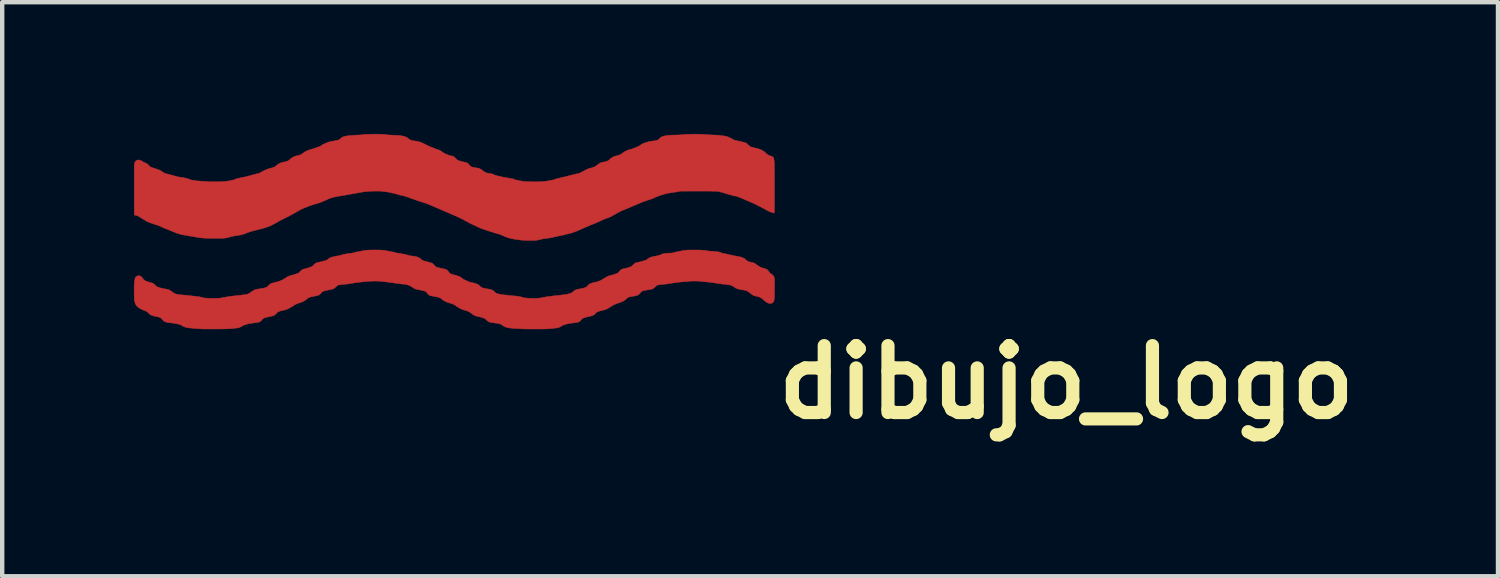
<source format=kicad_pcb>
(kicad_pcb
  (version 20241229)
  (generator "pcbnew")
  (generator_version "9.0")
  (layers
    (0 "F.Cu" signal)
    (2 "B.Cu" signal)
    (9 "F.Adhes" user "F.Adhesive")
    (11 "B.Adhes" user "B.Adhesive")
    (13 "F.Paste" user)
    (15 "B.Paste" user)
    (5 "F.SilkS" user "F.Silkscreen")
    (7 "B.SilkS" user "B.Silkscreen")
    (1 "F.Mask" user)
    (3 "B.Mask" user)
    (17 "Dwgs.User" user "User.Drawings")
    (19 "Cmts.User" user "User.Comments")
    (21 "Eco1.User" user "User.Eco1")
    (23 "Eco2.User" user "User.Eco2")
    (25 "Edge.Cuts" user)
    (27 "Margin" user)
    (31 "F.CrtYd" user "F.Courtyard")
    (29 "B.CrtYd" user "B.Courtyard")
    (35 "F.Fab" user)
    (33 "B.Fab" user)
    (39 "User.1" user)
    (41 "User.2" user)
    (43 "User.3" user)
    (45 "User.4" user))
  (footprint "dibujo_logo"
    (layer "F.Cu")
    (at 21.238 5.656)
    (property "Reference" "dibujo_logo" (at 0 0 0) (layer "F.SilkS") (effects (font (size 1.524 1.524) (thickness 0.3))))
    (attr through_hole)
    (fp_poly (pts (xy -8.414 -5.65) (xy -8.366 -5.649) (xy -8.34 -5.648) (xy -8.325 -5.647) (xy -8.31 -5.646) (xy -8.296 -5.645) (xy -8.28 -5.644) (xy -8.263 -5.643) (xy -8.244 -5.642) (xy -8.221 -5.641) (xy -8.195 -5.639) (xy -8.163 -5.638) (xy -8.125 -5.636) (xy -8.101 -5.634) (xy -8.074 -5.633) (xy -8.043 -5.631) (xy -8.012 -5.63) (xy -7.983 -5.629) (xy -7.974 -5.629) (xy -7.952 -5.628) (xy -7.932 -5.627) (xy -7.914 -5.625) (xy -7.9 -5.624) (xy -7.894 -5.623) (xy -7.882 -5.621) (xy -7.866 -5.618) (xy -7.849 -5.616) (xy -7.848 -5.616) (xy -7.813 -5.612) (xy -7.783 -5.607) (xy -7.758 -5.603) (xy -7.74 -5.599) (xy -7.728 -5.595) (xy -7.727 -5.595) (xy -7.716 -5.59) (xy -7.706 -5.587) (xy -7.704 -5.586) (xy -7.696 -5.583) (xy -7.684 -5.578) (xy -7.672 -5.571) (xy -7.66 -5.565) (xy -7.65 -5.561) (xy -7.643 -5.559) (xy -7.643 -5.559) (xy -7.637 -5.557) (xy -7.635 -5.556) (xy -7.631 -5.552) (xy -7.622 -5.548) (xy -7.616 -5.544) (xy -7.604 -5.538) (xy -7.595 -5.532) (xy -7.591 -5.529) (xy -7.584 -5.524) (xy -7.57 -5.518) (xy -7.554 -5.513) (xy -7.535 -5.507) (xy -7.516 -5.503) (xy -7.512 -5.502) (xy -7.471 -5.494) (xy -7.437 -5.487) (xy -7.409 -5.481) (xy -7.388 -5.476) (xy -7.374 -5.473) (xy -7.366 -5.47) (xy -7.366 -5.47) (xy -7.359 -5.468) (xy -7.348 -5.466) (xy -7.343 -5.465) (xy -7.333 -5.463) (xy -7.326 -5.46) (xy -7.324 -5.459) (xy -7.319 -5.456) (xy -7.317 -5.456) (xy -7.307 -5.453) (xy -7.294 -5.447) (xy -7.281 -5.439) (xy -7.27 -5.43) (xy -7.268 -5.428) (xy -7.259 -5.419) (xy -7.251 -5.41) (xy -7.248 -5.408) (xy -7.241 -5.401) (xy -7.231 -5.392) (xy -7.223 -5.384) (xy -7.212 -5.375) (xy -7.199 -5.366) (xy -7.181 -5.359) (xy -7.159 -5.352) (xy -7.131 -5.345) (xy -7.127 -5.344) (xy -7.112 -5.34) (xy -7.094 -5.336) (xy -7.076 -5.332) (xy -7.07 -5.331) (xy -7.042 -5.323) (xy -7.014 -5.315) (xy -6.987 -5.306) (xy -6.961 -5.296) (xy -6.938 -5.286) (xy -6.92 -5.277) (xy -6.907 -5.268) (xy -6.904 -5.266) (xy -6.896 -5.259) (xy -6.886 -5.254) (xy -6.878 -5.249) (xy -6.869 -5.242) (xy -6.86 -5.235) (xy -6.854 -5.228) (xy -6.852 -5.225) (xy -6.85 -5.222) (xy -6.843 -5.215) (xy -6.833 -5.207) (xy -6.831 -5.205) (xy -6.82 -5.196) (xy -6.811 -5.188) (xy -6.805 -5.183) (xy -6.805 -5.183) (xy -6.798 -5.178) (xy -6.792 -5.176) (xy -6.782 -5.172) (xy -6.776 -5.169) (xy -6.766 -5.164) (xy -6.75 -5.159) (xy -6.727 -5.151) (xy -6.718 -5.149) (xy -6.701 -5.141) (xy -6.685 -5.129) (xy -6.673 -5.115) (xy -6.669 -5.108) (xy -6.665 -5.098) (xy -6.662 -5.082) (xy -6.659 -5.061) (xy -6.656 -5.033) (xy -6.653 -5.003) (xy -6.653 -4.995) (xy -6.652 -4.981) (xy -6.652 -4.961) (xy -6.652 -4.935) (xy -6.651 -4.903) (xy -6.651 -4.868) (xy -6.651 -4.828) (xy -6.651 -4.784) (xy -6.65 -4.738) (xy -6.65 -4.688) (xy -6.65 -4.636) (xy -6.65 -4.583) (xy -6.65 -4.528) (xy -6.65 -4.473) (xy -6.65 -4.417) (xy -6.65 -4.361) (xy -6.65 -4.306) (xy -6.65 -4.253) (xy -6.65 -4.2) (xy -6.65 -4.15) (xy -6.65 -4.103) (xy -6.65 -4.058) (xy -6.65 -4.017) (xy -6.65 -3.98) (xy -6.65 -3.948) (xy -6.651 -3.921) (xy -6.651 -3.898) (xy -6.651 -3.882) (xy -6.651 -3.873) (xy -6.652 -3.871) (xy -6.653 -3.86) (xy -6.655 -3.854) (xy -6.659 -3.854) (xy -6.66 -3.854) (xy -6.666 -3.856) (xy -6.676 -3.859) (xy -6.69 -3.863) (xy -6.696 -3.865) (xy -6.732 -3.876) (xy -6.766 -3.889) (xy -6.801 -3.906) (xy -6.831 -3.922) (xy -6.847 -3.932) (xy -6.868 -3.943) (xy -6.892 -3.956) (xy -6.918 -3.97) (xy -6.945 -3.983) (xy -6.959 -3.991) (xy -6.983 -4.003) (xy -7.006 -4.014) (xy -7.027 -4.025) (xy -7.045 -4.034) (xy -7.058 -4.041) (xy -7.064 -4.045) (xy -7.079 -4.053) (xy -7.096 -4.061) (xy -7.113 -4.069) (xy -7.113 -4.069) (xy -7.128 -4.076) (xy -7.144 -4.083) (xy -7.158 -4.089) (xy -7.158 -4.089) (xy -7.169 -4.094) (xy -7.176 -4.097) (xy -7.179 -4.098) (xy -7.183 -4.099) (xy -7.192 -4.103) (xy -7.205 -4.108) (xy -7.22 -4.115) (xy -7.223 -4.116) (xy -7.241 -4.124) (xy -7.259 -4.132) (xy -7.275 -4.139) (xy -7.285 -4.143) (xy -7.301 -4.15) (xy -7.319 -4.158) (xy -7.328 -4.162) (xy -7.342 -4.168) (xy -7.359 -4.176) (xy -7.376 -4.183) (xy -7.382 -4.185) (xy -7.397 -4.191) (xy -7.411 -4.197) (xy -7.422 -4.202) (xy -7.425 -4.204) (xy -7.436 -4.208) (xy -7.451 -4.214) (xy -7.467 -4.22) (xy -7.485 -4.226) (xy -7.5 -4.232) (xy -7.513 -4.236) (xy -7.521 -4.238) (xy -7.532 -4.241) (xy -7.54 -4.243) (xy -7.549 -4.244) (xy -7.561 -4.244) (xy -7.568 -4.244) (xy -7.584 -4.245) (xy -7.593 -4.249) (xy -7.594 -4.25) (xy -7.599 -4.252) (xy -7.61 -4.256) (xy -7.626 -4.261) (xy -7.645 -4.267) (xy -7.666 -4.273) (xy -7.671 -4.274) (xy -7.696 -4.281) (xy -7.723 -4.289) (xy -7.749 -4.296) (xy -7.772 -4.303) (xy -7.788 -4.308) (xy -7.809 -4.315) (xy -7.831 -4.321) (xy -7.851 -4.327) (xy -7.866 -4.331) (xy -7.881 -4.335) (xy -7.893 -4.339) (xy -7.902 -4.341) (xy -7.904 -4.342) (xy -7.91 -4.344) (xy -7.92 -4.346) (xy -7.933 -4.347) (xy -7.949 -4.349) (xy -7.97 -4.35) (xy -7.994 -4.351) (xy -8.023 -4.352) (xy -8.057 -4.352) (xy -8.095 -4.353) (xy -8.14 -4.353) (xy -8.19 -4.354) (xy -8.246 -4.354) (xy -8.308 -4.354) (xy -8.377 -4.354) (xy -8.417 -4.354) (xy -8.782 -4.353) (xy -8.844 -4.341) (xy -8.866 -4.337) (xy -8.887 -4.334) (xy -8.905 -4.331) (xy -8.92 -4.329) (xy -8.926 -4.328) (xy -8.962 -4.323) (xy -8.998 -4.318) (xy -9.032 -4.313) (xy -9.064 -4.307) (xy -9.09 -4.302) (xy -9.109 -4.298) (xy -9.181 -4.278) (xy -9.246 -4.258) (xy -9.308 -4.235) (xy -9.367 -4.211) (xy -9.393 -4.199) (xy -9.416 -4.188) (xy -9.436 -4.18) (xy -9.456 -4.173) (xy -9.478 -4.165) (xy -9.495 -4.16) (xy -9.516 -4.153) (xy -9.541 -4.146) (xy -9.566 -4.137) (xy -9.591 -4.129) (xy -9.615 -4.12) (xy -9.636 -4.113) (xy -9.653 -4.106) (xy -9.665 -4.102) (xy -9.666 -4.101) (xy -9.678 -4.096) (xy -9.693 -4.09) (xy -9.71 -4.083) (xy -9.712 -4.082) (xy -9.728 -4.075) (xy -9.745 -4.068) (xy -9.759 -4.062) (xy -9.76 -4.061) (xy -9.771 -4.057) (xy -9.786 -4.05) (xy -9.804 -4.042) (xy -9.824 -4.034) (xy -9.828 -4.033) (xy -9.849 -4.024) (xy -9.872 -4.015) (xy -9.893 -4.005) (xy -9.911 -3.997) (xy -9.912 -3.997) (xy -9.928 -3.99) (xy -9.947 -3.981) (xy -9.968 -3.972) (xy -9.99 -3.963) (xy -10.011 -3.954) (xy -10.031 -3.946) (xy -10.047 -3.939) (xy -10.06 -3.935) (xy -10.067 -3.932) (xy -10.075 -3.929) (xy -10.086 -3.925) (xy -10.094 -3.921) (xy -10.105 -3.917) (xy -10.112 -3.913) (xy -10.115 -3.913) (xy -10.12 -3.911) (xy -10.131 -3.906) (xy -10.146 -3.899) (xy -10.164 -3.89) (xy -10.185 -3.879) (xy -10.207 -3.867) (xy -10.23 -3.854) (xy -10.252 -3.842) (xy -10.255 -3.84) (xy -10.276 -3.828) (xy -10.297 -3.816) (xy -10.316 -3.805) (xy -10.332 -3.796) (xy -10.343 -3.789) (xy -10.346 -3.788) (xy -10.361 -3.78) (xy -10.38 -3.77) (xy -10.402 -3.761) (xy -10.424 -3.752) (xy -10.445 -3.743) (xy -10.463 -3.737) (xy -10.476 -3.733) (xy -10.476 -3.733) (xy -10.491 -3.729) (xy -10.505 -3.723) (xy -10.51 -3.721) (xy -10.52 -3.716) (xy -10.527 -3.713) (xy -10.529 -3.713) (xy -10.535 -3.711) (xy -10.544 -3.707) (xy -10.556 -3.701) (xy -10.556 -3.701) (xy -10.571 -3.694) (xy -10.587 -3.686) (xy -10.598 -3.681) (xy -10.608 -3.677) (xy -10.622 -3.67) (xy -10.641 -3.662) (xy -10.66 -3.653) (xy -10.672 -3.648) (xy -10.696 -3.638) (xy -10.722 -3.626) (xy -10.749 -3.615) (xy -10.773 -3.606) (xy -10.779 -3.604) (xy -10.799 -3.596) (xy -10.825 -3.586) (xy -10.851 -3.575) (xy -10.877 -3.563) (xy -10.893 -3.557) (xy -10.916 -3.547) (xy -10.94 -3.536) (xy -10.963 -3.526) (xy -10.983 -3.517) (xy -10.995 -3.512) (xy -11.012 -3.505) (xy -11.028 -3.498) (xy -11.041 -3.492) (xy -11.048 -3.489) (xy -11.092 -3.469) (xy -11.131 -3.453) (xy -11.165 -3.438) (xy -11.195 -3.427) (xy -11.222 -3.417) (xy -11.248 -3.408) (xy -11.272 -3.401) (xy -11.297 -3.395) (xy -11.307 -3.392) (xy -11.341 -3.384) (xy -11.372 -3.376) (xy -11.403 -3.368) (xy -11.436 -3.359) (xy -11.439 -3.358) (xy -11.458 -3.353) (xy -11.483 -3.348) (xy -11.509 -3.342) (xy -11.534 -3.337) (xy -11.544 -3.335) (xy -11.568 -3.331) (xy -11.597 -3.325) (xy -11.627 -3.318) (xy -11.656 -3.311) (xy -11.674 -3.307) (xy -11.713 -3.298) (xy -11.749 -3.291) (xy -11.785 -3.285) (xy -11.811 -3.282) (xy -11.856 -3.276) (xy -11.897 -3.271) (xy -11.931 -3.264) (xy -11.959 -3.258) (xy -11.977 -3.253) (xy -12.003 -3.246) (xy -12.03 -3.24) (xy -12.06 -3.235) (xy -12.093 -3.232) (xy -12.131 -3.23) (xy -12.173 -3.229) (xy -12.215 -3.229) (xy -12.241 -3.229) (xy -12.266 -3.23) (xy -12.289 -3.23) (xy -12.308 -3.23) (xy -12.322 -3.231) (xy -12.328 -3.231) (xy -12.378 -3.234) (xy -12.43 -3.239) (xy -12.483 -3.245) (xy -12.536 -3.253) (xy -12.587 -3.262) (xy -12.636 -3.272) (xy -12.682 -3.283) (xy -12.723 -3.295) (xy -12.759 -3.307) (xy -12.773 -3.312) (xy -12.786 -3.318) (xy -12.8 -3.324) (xy -12.802 -3.325) (xy -12.837 -3.34) (xy -12.867 -3.353) (xy -12.892 -3.364) (xy -12.912 -3.371) (xy -12.928 -3.377) (xy -12.94 -3.38) (xy -12.946 -3.382) (xy -12.962 -3.385) (xy -12.98 -3.39) (xy -12.994 -3.394) (xy -13.01 -3.399) (xy -13.028 -3.405) (xy -13.047 -3.411) (xy -13.051 -3.412) (xy -13.078 -3.42) (xy -13.109 -3.43) (xy -13.141 -3.44) (xy -13.175 -3.451) (xy -13.208 -3.462) (xy -13.241 -3.474) (xy -13.273 -3.484) (xy -13.301 -3.494) (xy -13.326 -3.504) (xy -13.347 -3.511) (xy -13.362 -3.517) (xy -13.365 -3.519) (xy -13.373 -3.522) (xy -13.386 -3.528) (xy -13.4 -3.534) (xy -13.402 -3.535) (xy -13.417 -3.542) (xy -13.436 -3.55) (xy -13.455 -3.56) (xy -13.463 -3.564) (xy -13.483 -3.573) (xy -13.505 -3.584) (xy -13.526 -3.594) (xy -13.533 -3.597) (xy -13.551 -3.605) (xy -13.572 -3.615) (xy -13.593 -3.626) (xy -13.609 -3.635) (xy -13.642 -3.653) (xy -13.68 -3.674) (xy -13.724 -3.697) (xy -13.758 -3.716) (xy -13.77 -3.722) (xy -13.785 -3.729) (xy -13.803 -3.738) (xy -13.824 -3.748) (xy -13.844 -3.758) (xy -13.865 -3.767) (xy -13.883 -3.776) (xy -13.898 -3.783) (xy -13.91 -3.788) (xy -13.915 -3.79) (xy -13.922 -3.792) (xy -13.933 -3.797) (xy -13.948 -3.803) (xy -13.965 -3.81) (xy -13.969 -3.812) (xy -13.987 -3.82) (xy -14.006 -3.828) (xy -14.022 -3.835) (xy -14.034 -3.84) (xy -14.034 -3.84) (xy -14.05 -3.847) (xy -14.067 -3.855) (xy -14.079 -3.86) (xy -14.094 -3.867) (xy -14.115 -3.876) (xy -14.139 -3.886) (xy -14.165 -3.898) (xy -14.193 -3.91) (xy -14.22 -3.921) (xy -14.245 -3.932) (xy -14.268 -3.942) (xy -14.275 -3.945) (xy -14.295 -3.953) (xy -14.311 -3.96) (xy -14.323 -3.965) (xy -14.335 -3.97) (xy -14.346 -3.975) (xy -14.36 -3.981) (xy -14.361 -3.981) (xy -14.375 -3.988) (xy -14.39 -3.995) (xy -14.397 -3.998) (xy -14.407 -4.002) (xy -14.414 -4.005) (xy -14.415 -4.005) (xy -14.419 -4.007) (xy -14.428 -4.01) (xy -14.438 -4.015) (xy -14.454 -4.022) (xy -14.474 -4.03) (xy -14.496 -4.04) (xy -14.52 -4.049) (xy -14.543 -4.059) (xy -14.565 -4.067) (xy -14.584 -4.075) (xy -14.599 -4.08) (xy -14.606 -4.083) (xy -14.618 -4.086) (xy -14.634 -4.091) (xy -14.654 -4.097) (xy -14.675 -4.104) (xy -14.69 -4.109) (xy -14.735 -4.123) (xy -14.785 -4.139) (xy -14.838 -4.158) (xy -14.893 -4.178) (xy -14.936 -4.193) (xy -14.979 -4.209) (xy -15.016 -4.222) (xy -15.048 -4.233) (xy -15.075 -4.241) (xy -15.099 -4.247) (xy -15.118 -4.252) (xy -15.126 -4.253) (xy -15.145 -4.256) (xy -15.167 -4.262) (xy -15.189 -4.267) (xy -15.199 -4.27) (xy -15.223 -4.278) (xy -15.252 -4.286) (xy -15.285 -4.295) (xy -15.32 -4.303) (xy -15.356 -4.311) (xy -15.39 -4.319) (xy -15.421 -4.326) (xy -15.448 -4.331) (xy -15.451 -4.331) (xy -15.49 -4.337) (xy -15.524 -4.342) (xy -15.554 -4.346) (xy -15.581 -4.349) (xy -15.608 -4.352) (xy -15.635 -4.353) (xy -15.664 -4.354) (xy -15.697 -4.354) (xy -15.734 -4.354) (xy -15.756 -4.353) (xy -15.797 -4.353) (xy -15.834 -4.352) (xy -15.869 -4.35) (xy -15.901 -4.348) (xy -15.933 -4.345) (xy -15.966 -4.342) (xy -16 -4.337) (xy -16.036 -4.331) (xy -16.077 -4.324) (xy -16.123 -4.316) (xy -16.153 -4.311) (xy -16.177 -4.306) (xy -16.204 -4.301) (xy -16.231 -4.297) (xy -16.249 -4.294) (xy -16.27 -4.29) (xy -16.296 -4.286) (xy -16.323 -4.281) (xy -16.349 -4.276) (xy -16.358 -4.274) (xy -16.384 -4.269) (xy -16.414 -4.264) (xy -16.445 -4.258) (xy -16.472 -4.254) (xy -16.479 -4.253) (xy -16.517 -4.247) (xy -16.548 -4.242) (xy -16.575 -4.238) (xy -16.598 -4.234) (xy -16.619 -4.23) (xy -16.637 -4.226) (xy -16.656 -4.222) (xy -16.675 -4.217) (xy -16.695 -4.212) (xy -16.697 -4.212) (xy -16.719 -4.206) (xy -16.738 -4.201) (xy -16.756 -4.195) (xy -16.773 -4.189) (xy -16.79 -4.182) (xy -16.811 -4.174) (xy -16.835 -4.163) (xy -16.862 -4.15) (xy -16.877 -4.143) (xy -16.891 -4.137) (xy -16.904 -4.132) (xy -16.918 -4.126) (xy -16.935 -4.119) (xy -16.956 -4.11) (xy -16.965 -4.106) (xy -16.984 -4.099) (xy -17 -4.093) (xy -17.016 -4.087) (xy -17.034 -4.081) (xy -17.053 -4.075) (xy -17.077 -4.068) (xy -17.106 -4.06) (xy -17.112 -4.058) (xy -17.129 -4.053) (xy -17.147 -4.048) (xy -17.162 -4.043) (xy -17.169 -4.041) (xy -17.181 -4.037) (xy -17.198 -4.031) (xy -17.215 -4.026) (xy -17.218 -4.025) (xy -17.234 -4.019) (xy -17.253 -4.012) (xy -17.274 -4.004) (xy -17.293 -3.996) (xy -17.313 -3.988) (xy -17.334 -3.98) (xy -17.354 -3.972) (xy -17.368 -3.966) (xy -17.4 -3.953) (xy -17.436 -3.936) (xy -17.473 -3.916) (xy -17.511 -3.894) (xy -17.514 -3.892) (xy -17.533 -3.881) (xy -17.552 -3.87) (xy -17.57 -3.859) (xy -17.584 -3.852) (xy -17.598 -3.844) (xy -17.617 -3.834) (xy -17.636 -3.823) (xy -17.655 -3.813) (xy -17.682 -3.798) (xy -17.704 -3.785) (xy -17.723 -3.775) (xy -17.74 -3.767) (xy -17.755 -3.76) (xy -17.77 -3.753) (xy -17.78 -3.749) (xy -17.797 -3.741) (xy -17.812 -3.734) (xy -17.824 -3.727) (xy -17.829 -3.723) (xy -17.839 -3.717) (xy -17.848 -3.714) (xy -17.851 -3.713) (xy -17.856 -3.711) (xy -17.866 -3.706) (xy -17.88 -3.699) (xy -17.898 -3.689) (xy -17.917 -3.678) (xy -17.924 -3.674) (xy -17.971 -3.647) (xy -18.016 -3.622) (xy -18.057 -3.6) (xy -18.093 -3.581) (xy -18.125 -3.565) (xy -18.148 -3.555) (xy -18.166 -3.548) (xy -18.189 -3.54) (xy -18.215 -3.531) (xy -18.244 -3.521) (xy -18.273 -3.512) (xy -18.301 -3.504) (xy -18.326 -3.497) (xy -18.343 -3.492) (xy -18.392 -3.481) (xy -18.435 -3.47) (xy -18.473 -3.461) (xy -18.505 -3.453) (xy -18.534 -3.445) (xy -18.558 -3.438) (xy -18.58 -3.432) (xy -18.6 -3.426) (xy -18.618 -3.42) (xy -18.635 -3.414) (xy -18.651 -3.408) (xy -18.669 -3.401) (xy -18.681 -3.396) (xy -18.71 -3.385) (xy -18.735 -3.375) (xy -18.76 -3.368) (xy -18.785 -3.361) (xy -18.813 -3.355) (xy -18.845 -3.35) (xy -18.868 -3.346) (xy -18.914 -3.339) (xy -18.954 -3.332) (xy -18.99 -3.324) (xy -19.025 -3.316) (xy -19.059 -3.307) (xy -19.067 -3.305) (xy -19.086 -3.299) (xy -19.104 -3.295) (xy -19.121 -3.291) (xy -19.138 -3.288) (xy -19.156 -3.285) (xy -19.175 -3.283) (xy -19.196 -3.281) (xy -19.22 -3.28) (xy -19.247 -3.279) (xy -19.279 -3.279) (xy -19.317 -3.279) (xy -19.36 -3.278) (xy -19.394 -3.278) (xy -19.439 -3.278) (xy -19.478 -3.279) (xy -19.512 -3.279) (xy -19.541 -3.279) (xy -19.568 -3.28) (xy -19.592 -3.281) (xy -19.615 -3.282) (xy -19.638 -3.283) (xy -19.662 -3.285) (xy -19.687 -3.287) (xy -19.716 -3.29) (xy -19.729 -3.291) (xy -19.742 -3.293) (xy -19.759 -3.295) (xy -19.778 -3.298) (xy -19.788 -3.3) (xy -19.808 -3.304) (xy -19.831 -3.308) (xy -19.854 -3.312) (xy -19.868 -3.314) (xy -19.888 -3.318) (xy -19.91 -3.321) (xy -19.93 -3.325) (xy -19.941 -3.327) (xy -19.957 -3.329) (xy -19.971 -3.331) (xy -19.982 -3.333) (xy -19.984 -3.333) (xy -19.994 -3.335) (xy -20.008 -3.338) (xy -20.017 -3.34) (xy -20.033 -3.344) (xy -20.051 -3.347) (xy -20.059 -3.348) (xy -20.071 -3.349) (xy -20.08 -3.35) (xy -20.083 -3.351) (xy -20.088 -3.352) (xy -20.098 -3.354) (xy -20.11 -3.355) (xy -20.11 -3.355) (xy -20.124 -3.357) (xy -20.143 -3.361) (xy -20.167 -3.368) (xy -20.193 -3.375) (xy -20.197 -3.377) (xy -20.226 -3.386) (xy -20.249 -3.393) (xy -20.269 -3.4) (xy -20.285 -3.405) (xy -20.301 -3.411) (xy -20.316 -3.417) (xy -20.333 -3.424) (xy -20.354 -3.433) (xy -20.363 -3.437) (xy -20.384 -3.446) (xy -20.405 -3.454) (xy -20.423 -3.462) (xy -20.437 -3.468) (xy -20.445 -3.471) (xy -20.461 -3.477) (xy -20.477 -3.483) (xy -20.486 -3.487) (xy -20.498 -3.492) (xy -20.515 -3.499) (xy -20.532 -3.505) (xy -20.539 -3.508) (xy -20.557 -3.515) (xy -20.574 -3.523) (xy -20.589 -3.529) (xy -20.594 -3.532) (xy -20.604 -3.536) (xy -20.617 -3.543) (xy -20.634 -3.55) (xy -20.652 -3.557) (xy -20.671 -3.565) (xy -20.689 -3.572) (xy -20.704 -3.578) (xy -20.716 -3.582) (xy -20.723 -3.585) (xy -20.724 -3.585) (xy -20.729 -3.586) (xy -20.74 -3.589) (xy -20.755 -3.594) (xy -20.774 -3.6) (xy -20.795 -3.608) (xy -20.819 -3.615) (xy -20.843 -3.624) (xy -20.866 -3.632) (xy -20.897 -3.644) (xy -20.923 -3.655) (xy -20.946 -3.665) (xy -20.966 -3.677) (xy -20.987 -3.69) (xy -20.987 -3.69) (xy -21 -3.699) (xy -21.014 -3.707) (xy -21.024 -3.713) (xy -21.025 -3.714) (xy -21.035 -3.719) (xy -21.048 -3.727) (xy -21.061 -3.736) (xy -21.063 -3.737) (xy -21.098 -3.76) (xy -21.129 -3.778) (xy -21.155 -3.791) (xy -21.162 -3.794) (xy -21.177 -3.799) (xy -21.189 -3.803) (xy -21.201 -3.804) (xy -21.215 -3.805) (xy -21.222 -3.806) (xy -21.226 -3.809) (xy -21.228 -3.817) (xy -21.229 -3.822) (xy -21.229 -3.828) (xy -21.23 -3.84) (xy -21.23 -3.859) (xy -21.23 -3.883) (xy -21.23 -3.912) (xy -21.23 -3.946) (xy -21.231 -3.985) (xy -21.231 -4.027) (xy -21.231 -4.073) (xy -21.231 -4.121) (xy -21.231 -4.172) (xy -21.231 -4.225) (xy -21.231 -4.28) (xy -21.231 -4.335) (xy -21.231 -4.391) (xy -21.231 -4.447) (xy -21.231 -4.502) (xy -21.231 -4.557) (xy -21.231 -4.61) (xy -21.231 -4.661) (xy -21.231 -4.71) (xy -21.231 -4.757) (xy -21.231 -4.8) (xy -21.231 -4.839) (xy -21.231 -4.874) (xy -21.23 -4.905) (xy -21.23 -4.93) (xy -21.23 -4.95) (xy -21.23 -4.963) (xy -21.229 -4.97) (xy -21.229 -4.971) (xy -21.226 -4.983) (xy -21.221 -4.997) (xy -21.213 -5.011) (xy -21.206 -5.025) (xy -21.199 -5.035) (xy -21.193 -5.04) (xy -21.185 -5.046) (xy -21.179 -5.05) (xy -21.167 -5.058) (xy -21.149 -5.062) (xy -21.129 -5.063) (xy -21.123 -5.062) (xy -21.11 -5.06) (xy -21.095 -5.055) (xy -21.079 -5.049) (xy -21.064 -5.041) (xy -21.052 -5.035) (xy -21.045 -5.029) (xy -21.04 -5.025) (xy -21.038 -5.024) (xy -21.034 -5.023) (xy -21.026 -5.018) (xy -21.022 -5.016) (xy -21.011 -5.009) (xy -20.997 -5.003) (xy -20.993 -5.001) (xy -20.963 -4.989) (xy -20.939 -4.976) (xy -20.919 -4.961) (xy -20.912 -4.954) (xy -20.903 -4.944) (xy -20.895 -4.935) (xy -20.891 -4.929) (xy -20.89 -4.928) (xy -20.886 -4.923) (xy -20.879 -4.916) (xy -20.875 -4.914) (xy -20.86 -4.905) (xy -20.845 -4.897) (xy -20.826 -4.889) (xy -20.804 -4.882) (xy -20.777 -4.874) (xy -20.771 -4.873) (xy -20.76 -4.869) (xy -20.751 -4.866) (xy -20.748 -4.864) (xy -20.742 -4.862) (xy -20.733 -4.859) (xy -20.732 -4.859) (xy -20.723 -4.856) (xy -20.716 -4.854) (xy -20.716 -4.853) (xy -20.711 -4.851) (xy -20.701 -4.848) (xy -20.691 -4.844) (xy -20.681 -4.842) (xy -20.677 -4.841) (xy -20.669 -4.839) (xy -20.657 -4.833) (xy -20.643 -4.826) (xy -20.628 -4.818) (xy -20.615 -4.81) (xy -20.605 -4.803) (xy -20.595 -4.796) (xy -20.587 -4.791) (xy -20.583 -4.789) (xy -20.579 -4.787) (xy -20.579 -4.786) (xy -20.576 -4.782) (xy -20.57 -4.78) (xy -20.563 -4.777) (xy -20.561 -4.774) (xy -20.557 -4.77) (xy -20.548 -4.765) (xy -20.532 -4.759) (xy -20.511 -4.753) (xy -20.507 -4.752) (xy -20.493 -4.748) (xy -20.475 -4.743) (xy -20.456 -4.738) (xy -20.452 -4.737) (xy -20.435 -4.732) (xy -20.417 -4.728) (xy -20.402 -4.724) (xy -20.399 -4.723) (xy -20.383 -4.719) (xy -20.367 -4.715) (xy -20.36 -4.713) (xy -20.347 -4.709) (xy -20.33 -4.704) (xy -20.317 -4.701) (xy -20.3 -4.696) (xy -20.281 -4.69) (xy -20.265 -4.686) (xy -20.248 -4.681) (xy -20.229 -4.677) (xy -20.214 -4.675) (xy -20.187 -4.671) (xy -20.158 -4.667) (xy -20.124 -4.662) (xy -20.11 -4.659) (xy -20.095 -4.657) (xy -20.081 -4.654) (xy -20.071 -4.653) (xy -20.068 -4.652) (xy -20.059 -4.65) (xy -20.047 -4.647) (xy -20.042 -4.645) (xy -20.032 -4.642) (xy -20.023 -4.64) (xy -20.021 -4.64) (xy -20.014 -4.638) (xy -20.005 -4.634) (xy -20.001 -4.632) (xy -19.991 -4.628) (xy -19.983 -4.626) (xy -19.981 -4.625) (xy -19.974 -4.623) (xy -19.972 -4.62) (xy -19.968 -4.617) (xy -19.96 -4.614) (xy -19.949 -4.611) (xy -19.932 -4.607) (xy -19.909 -4.603) (xy -19.9 -4.602) (xy -19.884 -4.599) (xy -19.868 -4.596) (xy -19.856 -4.593) (xy -19.854 -4.593) (xy -19.849 -4.592) (xy -19.844 -4.591) (xy -19.837 -4.59) (xy -19.827 -4.589) (xy -19.815 -4.588) (xy -19.798 -4.586) (xy -19.777 -4.585) (xy -19.751 -4.583) (xy -19.719 -4.581) (xy -19.695 -4.579) (xy -19.671 -4.578) (xy -19.644 -4.576) (xy -19.618 -4.574) (xy -19.596 -4.572) (xy -19.593 -4.572) (xy -19.563 -4.57) (xy -19.528 -4.568) (xy -19.49 -4.567) (xy -19.449 -4.566) (xy -19.406 -4.566) (xy -19.363 -4.566) (xy -19.321 -4.567) (xy -19.28 -4.567) (xy -19.242 -4.569) (xy -19.207 -4.57) (xy -19.177 -4.572) (xy -19.153 -4.575) (xy -19.144 -4.576) (xy -19.127 -4.578) (xy -19.107 -4.581) (xy -19.095 -4.583) (xy -19.079 -4.585) (xy -19.06 -4.589) (xy -19.041 -4.592) (xy -19.036 -4.594) (xy -19.005 -4.6) (xy -18.981 -4.605) (xy -18.962 -4.61) (xy -18.949 -4.613) (xy -18.94 -4.616) (xy -18.934 -4.619) (xy -18.932 -4.621) (xy -18.932 -4.622) (xy -18.929 -4.624) (xy -18.922 -4.627) (xy -18.917 -4.629) (xy -18.907 -4.632) (xy -18.9 -4.635) (xy -18.899 -4.636) (xy -18.892 -4.639) (xy -18.879 -4.641) (xy -18.859 -4.645) (xy -18.856 -4.645) (xy -18.845 -4.647) (xy -18.838 -4.649) (xy -18.824 -4.653) (xy -18.804 -4.658) (xy -18.781 -4.663) (xy -18.756 -4.668) (xy -18.732 -4.672) (xy -18.717 -4.675) (xy -18.705 -4.677) (xy -18.689 -4.681) (xy -18.67 -4.685) (xy -18.65 -4.691) (xy -18.649 -4.691) (xy -18.63 -4.696) (xy -18.613 -4.701) (xy -18.598 -4.705) (xy -18.588 -4.707) (xy -18.587 -4.708) (xy -18.575 -4.71) (xy -18.566 -4.713) (xy -18.564 -4.714) (xy -18.557 -4.717) (xy -18.545 -4.72) (xy -18.532 -4.723) (xy -18.532 -4.723) (xy -18.509 -4.728) (xy -18.482 -4.736) (xy -18.449 -4.745) (xy -18.435 -4.749) (xy -18.423 -4.752) (xy -18.412 -4.755) (xy -18.409 -4.755) (xy -18.398 -4.757) (xy -18.39 -4.76) (xy -18.381 -4.763) (xy -18.376 -4.764) (xy -18.371 -4.766) (xy -18.363 -4.772) (xy -18.362 -4.773) (xy -18.353 -4.779) (xy -18.346 -4.782) (xy -18.345 -4.782) (xy -18.338 -4.785) (xy -18.336 -4.787) (xy -18.331 -4.792) (xy -18.327 -4.793) (xy -18.321 -4.794) (xy -18.319 -4.795) (xy -18.315 -4.798) (xy -18.307 -4.803) (xy -18.294 -4.81) (xy -18.279 -4.817) (xy -18.263 -4.825) (xy -18.247 -4.833) (xy -18.232 -4.839) (xy -18.22 -4.844) (xy -18.213 -4.847) (xy -18.212 -4.848) (xy -18.206 -4.849) (xy -18.196 -4.853) (xy -18.184 -4.857) (xy -18.181 -4.858) (xy -18.148 -4.87) (xy -18.112 -4.879) (xy -18.1 -4.882) (xy -18.07 -4.89) (xy -18.046 -4.899) (xy -18.025 -4.91) (xy -18.006 -4.925) (xy -17.999 -4.933) (xy -17.992 -4.939) (xy -17.986 -4.942) (xy -17.986 -4.942) (xy -17.981 -4.945) (xy -17.974 -4.95) (xy -17.968 -4.955) (xy -17.96 -4.962) (xy -17.953 -4.967) (xy -17.95 -4.967) (xy -17.944 -4.97) (xy -17.941 -4.972) (xy -17.929 -4.981) (xy -17.911 -4.99) (xy -17.889 -4.998) (xy -17.864 -5.006) (xy -17.838 -5.012) (xy -17.808 -5.018) (xy -17.784 -5.024) (xy -17.765 -5.029) (xy -17.75 -5.033) (xy -17.738 -5.038) (xy -17.727 -5.044) (xy -17.716 -5.05) (xy -17.709 -5.055) (xy -17.696 -5.065) (xy -17.682 -5.078) (xy -17.673 -5.086) (xy -17.663 -5.094) (xy -17.655 -5.101) (xy -17.65 -5.103) (xy -17.644 -5.105) (xy -17.636 -5.111) (xy -17.633 -5.113) (xy -17.624 -5.12) (xy -17.609 -5.129) (xy -17.592 -5.137) (xy -17.574 -5.145) (xy -17.558 -5.151) (xy -17.55 -5.153) (xy -17.523 -5.159) (xy -17.497 -5.165) (xy -17.474 -5.171) (xy -17.454 -5.178) (xy -17.443 -5.182) (xy -17.429 -5.189) (xy -17.413 -5.199) (xy -17.396 -5.209) (xy -17.381 -5.22) (xy -17.369 -5.229) (xy -17.366 -5.232) (xy -17.358 -5.239) (xy -17.351 -5.244) (xy -17.349 -5.245) (xy -17.344 -5.247) (xy -17.335 -5.251) (xy -17.322 -5.257) (xy -17.306 -5.265) (xy -17.299 -5.269) (xy -17.269 -5.283) (xy -17.242 -5.293) (xy -17.222 -5.299) (xy -17.192 -5.306) (xy -17.167 -5.313) (xy -17.146 -5.32) (xy -17.128 -5.326) (xy -17.113 -5.333) (xy -17.102 -5.337) (xy -17.087 -5.343) (xy -17.069 -5.348) (xy -17.052 -5.353) (xy -17.042 -5.356) (xy -17.032 -5.359) (xy -17.025 -5.362) (xy -17.024 -5.363) (xy -17.018 -5.366) (xy -17.015 -5.366) (xy -17.007 -5.368) (xy -16.997 -5.373) (xy -16.99 -5.378) (xy -16.987 -5.38) (xy -16.982 -5.385) (xy -16.972 -5.392) (xy -16.959 -5.4) (xy -16.944 -5.409) (xy -16.928 -5.417) (xy -16.913 -5.425) (xy -16.9 -5.431) (xy -16.892 -5.434) (xy -16.89 -5.434) (xy -16.883 -5.436) (xy -16.877 -5.44) (xy -16.87 -5.443) (xy -16.859 -5.448) (xy -16.844 -5.454) (xy -16.835 -5.457) (xy -16.82 -5.463) (xy -16.807 -5.468) (xy -16.798 -5.472) (xy -16.795 -5.473) (xy -16.788 -5.475) (xy -16.777 -5.478) (xy -16.771 -5.479) (xy -16.76 -5.481) (xy -16.752 -5.483) (xy -16.75 -5.484) (xy -16.743 -5.487) (xy -16.739 -5.487) (xy -16.731 -5.487) (xy -16.717 -5.489) (xy -16.697 -5.493) (xy -16.67 -5.498) (xy -16.638 -5.504) (xy -16.62 -5.508) (xy -16.605 -5.511) (xy -16.594 -5.513) (xy -16.588 -5.514) (xy -16.588 -5.514) (xy -16.579 -5.517) (xy -16.567 -5.523) (xy -16.557 -5.53) (xy -16.554 -5.533) (xy -16.547 -5.539) (xy -16.537 -5.546) (xy -16.529 -5.552) (xy -16.518 -5.561) (xy -16.509 -5.568) (xy -16.504 -5.573) (xy -16.493 -5.582) (xy -16.474 -5.59) (xy -16.449 -5.597) (xy -16.418 -5.604) (xy -16.381 -5.611) (xy -16.338 -5.616) (xy -16.29 -5.621) (xy -16.237 -5.625) (xy -16.179 -5.628) (xy -16.146 -5.63) (xy -16.116 -5.631) (xy -16.09 -5.632) (xy -16.069 -5.634) (xy -16.054 -5.635) (xy -16.044 -5.636) (xy -16.041 -5.637) (xy -16.036 -5.639) (xy -16.026 -5.64) (xy -16.012 -5.641) (xy -16.005 -5.641) (xy -15.987 -5.641) (xy -15.967 -5.643) (xy -15.951 -5.644) (xy -15.948 -5.644) (xy -15.934 -5.646) (xy -15.914 -5.647) (xy -15.889 -5.648) (xy -15.86 -5.649) (xy -15.828 -5.65) (xy -15.794 -5.65) (xy -15.76 -5.65) (xy -15.726 -5.65) (xy -15.693 -5.65) (xy -15.663 -5.65) (xy -15.637 -5.649) (xy -15.615 -5.648) (xy -15.61 -5.648) (xy -15.586 -5.646) (xy -15.562 -5.645) (xy -15.539 -5.644) (xy -15.521 -5.642) (xy -15.512 -5.642) (xy -15.496 -5.641) (xy -15.484 -5.64) (xy -15.476 -5.638) (xy -15.474 -5.637) (xy -15.469 -5.636) (xy -15.46 -5.634) (xy -15.445 -5.632) (xy -15.425 -5.631) (xy -15.399 -5.63) (xy -15.366 -5.629) (xy -15.349 -5.628) (xy -15.321 -5.627) (xy -15.292 -5.626) (xy -15.263 -5.624) (xy -15.235 -5.623) (xy -15.209 -5.621) (xy -15.185 -5.619) (xy -15.166 -5.617) (xy -15.152 -5.615) (xy -15.144 -5.613) (xy -15.143 -5.613) (xy -15.136 -5.611) (xy -15.124 -5.608) (xy -15.11 -5.606) (xy -15.109 -5.605) (xy -15.095 -5.603) (xy -15.084 -5.6) (xy -15.078 -5.597) (xy -15.078 -5.597) (xy -15.073 -5.595) (xy -15.071 -5.596) (xy -15.067 -5.596) (xy -15.059 -5.593) (xy -15.055 -5.591) (xy -15.046 -5.586) (xy -15.038 -5.584) (xy -15.037 -5.584) (xy -15.032 -5.582) (xy -15.023 -5.576) (xy -15.014 -5.57) (xy -15.001 -5.559) (xy -14.986 -5.548) (xy -14.978 -5.542) (xy -14.968 -5.535) (xy -14.962 -5.53) (xy -14.959 -5.527) (xy -14.956 -5.524) (xy -14.948 -5.521) (xy -14.94 -5.517) (xy -14.933 -5.515) (xy -14.923 -5.512) (xy -14.91 -5.509) (xy -14.894 -5.505) (xy -14.873 -5.501) (xy -14.847 -5.497) (xy -14.815 -5.491) (xy -14.811 -5.491) (xy -14.798 -5.488) (xy -14.787 -5.486) (xy -14.781 -5.485) (xy -14.772 -5.483) (xy -14.767 -5.482) (xy -14.746 -5.478) (xy -14.722 -5.471) (xy -14.7 -5.463) (xy -14.688 -5.457) (xy -14.679 -5.454) (xy -14.674 -5.452) (xy -14.674 -5.452) (xy -14.669 -5.45) (xy -14.66 -5.446) (xy -14.649 -5.44) (xy -14.645 -5.438) (xy -14.633 -5.431) (xy -14.622 -5.426) (xy -14.614 -5.424) (xy -14.613 -5.424) (xy -14.608 -5.422) (xy -14.606 -5.42) (xy -14.604 -5.417) (xy -14.602 -5.416) (xy -14.595 -5.414) (xy -14.593 -5.411) (xy -14.587 -5.408) (xy -14.577 -5.404) (xy -14.572 -5.402) (xy -14.561 -5.398) (xy -14.552 -5.394) (xy -14.55 -5.393) (xy -14.545 -5.389) (xy -14.542 -5.39) (xy -14.539 -5.389) (xy -14.539 -5.388) (xy -14.536 -5.385) (xy -14.533 -5.384) (xy -14.529 -5.381) (xy -14.528 -5.379) (xy -14.527 -5.375) (xy -14.525 -5.374) (xy -14.52 -5.374) (xy -14.517 -5.373) (xy -14.512 -5.371) (xy -14.501 -5.367) (xy -14.488 -5.363) (xy -14.483 -5.362) (xy -14.461 -5.354) (xy -14.444 -5.348) (xy -14.433 -5.344) (xy -14.427 -5.341) (xy -14.426 -5.34) (xy -14.421 -5.338) (xy -14.417 -5.338) (xy -14.412 -5.336) (xy -14.41 -5.334) (xy -14.408 -5.331) (xy -14.406 -5.331) (xy -14.4 -5.329) (xy -14.391 -5.325) (xy -14.387 -5.324) (xy -14.377 -5.319) (xy -14.363 -5.314) (xy -14.348 -5.308) (xy -14.334 -5.304) (xy -14.323 -5.3) (xy -14.316 -5.299) (xy -14.315 -5.299) (xy -14.309 -5.297) (xy -14.3 -5.294) (xy -14.294 -5.291) (xy -14.281 -5.286) (xy -14.268 -5.28) (xy -14.264 -5.278) (xy -14.254 -5.272) (xy -14.242 -5.265) (xy -14.238 -5.261) (xy -14.227 -5.253) (xy -14.216 -5.246) (xy -14.213 -5.244) (xy -14.204 -5.238) (xy -14.193 -5.23) (xy -14.184 -5.224) (xy -14.174 -5.216) (xy -14.165 -5.211) (xy -14.161 -5.21) (xy -14.154 -5.208) (xy -14.148 -5.205) (xy -14.141 -5.201) (xy -14.13 -5.196) (xy -14.12 -5.192) (xy -14.107 -5.187) (xy -14.096 -5.182) (xy -14.09 -5.179) (xy -14.08 -5.175) (xy -14.073 -5.174) (xy -14.066 -5.173) (xy -14.063 -5.171) (xy -14.059 -5.168) (xy -14.05 -5.165) (xy -14.044 -5.164) (xy -14.033 -5.161) (xy -14.017 -5.158) (xy -14 -5.154) (xy -13.996 -5.153) (xy -13.981 -5.149) (xy -13.967 -5.145) (xy -13.957 -5.142) (xy -13.955 -5.141) (xy -13.95 -5.137) (xy -13.941 -5.129) (xy -13.93 -5.119) (xy -13.918 -5.108) (xy -13.907 -5.097) (xy -13.897 -5.087) (xy -13.89 -5.079) (xy -13.887 -5.075) (xy -13.887 -5.075) (xy -13.884 -5.071) (xy -13.876 -5.066) (xy -13.867 -5.06) (xy -13.857 -5.056) (xy -13.852 -5.055) (xy -13.843 -5.052) (xy -13.837 -5.047) (xy -13.83 -5.043) (xy -13.826 -5.042) (xy -13.819 -5.041) (xy -13.808 -5.038) (xy -13.8 -5.035) (xy -13.79 -5.032) (xy -13.775 -5.028) (xy -13.758 -5.023) (xy -13.741 -5.019) (xy -13.724 -5.015) (xy -13.71 -5.012) (xy -13.701 -5.01) (xy -13.699 -5.01) (xy -13.693 -5.009) (xy -13.682 -5.007) (xy -13.669 -5.003) (xy -13.668 -5.003) (xy -13.655 -4.998) (xy -13.645 -4.994) (xy -13.636 -4.987) (xy -13.625 -4.977) (xy -13.619 -4.971) (xy -13.607 -4.958) (xy -13.594 -4.944) (xy -13.583 -4.932) (xy -13.581 -4.929) (xy -13.572 -4.919) (xy -13.563 -4.913) (xy -13.553 -4.908) (xy -13.54 -4.904) (xy -13.511 -4.896) (xy -13.485 -4.89) (xy -13.465 -4.887) (xy -13.451 -4.885) (xy -13.435 -4.882) (xy -13.432 -4.882) (xy -13.417 -4.879) (xy -13.401 -4.876) (xy -13.396 -4.875) (xy -13.383 -4.872) (xy -13.37 -4.867) (xy -13.355 -4.86) (xy -13.336 -4.851) (xy -13.327 -4.845) (xy -13.314 -4.836) (xy -13.3 -4.825) (xy -13.286 -4.814) (xy -13.273 -4.804) (xy -13.268 -4.799) (xy -13.261 -4.793) (xy -13.255 -4.791) (xy -13.253 -4.791) (xy -13.248 -4.79) (xy -13.247 -4.789) (xy -13.241 -4.784) (xy -13.233 -4.78) (xy -13.224 -4.778) (xy -13.221 -4.778) (xy -13.217 -4.776) (xy -13.217 -4.774) (xy -13.214 -4.771) (xy -13.207 -4.768) (xy -13.194 -4.765) (xy -13.174 -4.762) (xy -13.151 -4.758) (xy -13.136 -4.756) (xy -13.125 -4.755) (xy -13.117 -4.753) (xy -13.108 -4.752) (xy -13.103 -4.75) (xy -13.092 -4.748) (xy -13.079 -4.744) (xy -13.065 -4.739) (xy -13.053 -4.735) (xy -13.043 -4.731) (xy -13.039 -4.729) (xy -13.039 -4.729) (xy -13.033 -4.725) (xy -13.022 -4.721) (xy -13.007 -4.715) (xy -12.991 -4.71) (xy -12.974 -4.705) (xy -12.959 -4.7) (xy -12.947 -4.697) (xy -12.94 -4.697) (xy -12.932 -4.696) (xy -12.919 -4.693) (xy -12.903 -4.69) (xy -12.888 -4.686) (xy -12.858 -4.679) (xy -12.833 -4.673) (xy -12.816 -4.669) (xy -12.804 -4.667) (xy -12.799 -4.666) (xy -12.792 -4.665) (xy -12.791 -4.664) (xy -12.785 -4.662) (xy -12.778 -4.661) (xy -12.77 -4.66) (xy -12.758 -4.659) (xy -12.743 -4.657) (xy -12.739 -4.656) (xy -12.724 -4.653) (xy -12.71 -4.651) (xy -12.7 -4.649) (xy -12.698 -4.649) (xy -12.687 -4.647) (xy -12.679 -4.645) (xy -12.67 -4.644) (xy -12.658 -4.642) (xy -12.65 -4.641) (xy -12.635 -4.639) (xy -12.619 -4.635) (xy -12.608 -4.632) (xy -12.596 -4.629) (xy -12.587 -4.626) (xy -12.583 -4.625) (xy -12.578 -4.623) (xy -12.572 -4.618) (xy -12.564 -4.613) (xy -12.557 -4.611) (xy -12.549 -4.61) (xy -12.537 -4.608) (xy -12.524 -4.605) (xy -12.524 -4.605) (xy -12.494 -4.599) (xy -12.469 -4.593) (xy -12.449 -4.589) (xy -12.432 -4.586) (xy -12.417 -4.584) (xy -12.41 -4.583) (xy -12.392 -4.58) (xy -12.375 -4.577) (xy -12.36 -4.575) (xy -12.36 -4.575) (xy -12.347 -4.574) (xy -12.329 -4.572) (xy -12.305 -4.571) (xy -12.278 -4.569) (xy -12.249 -4.568) (xy -12.218 -4.567) (xy -12.187 -4.566) (xy -12.158 -4.565) (xy -12.13 -4.565) (xy -12.118 -4.565) (xy -12.092 -4.565) (xy -12.063 -4.565) (xy -12.033 -4.566) (xy -12.002 -4.567) (xy -11.972 -4.569) (xy -11.944 -4.57) (xy -11.919 -4.571) (xy -11.899 -4.573) (xy -11.883 -4.574) (xy -11.877 -4.575) (xy -11.864 -4.577) (xy -11.847 -4.58) (xy -11.829 -4.582) (xy -11.827 -4.583) (xy -11.809 -4.585) (xy -11.79 -4.589) (xy -11.775 -4.592) (xy -11.774 -4.592) (xy -11.757 -4.596) (xy -11.738 -4.599) (xy -11.726 -4.601) (xy -11.712 -4.603) (xy -11.701 -4.605) (xy -11.695 -4.608) (xy -11.686 -4.61) (xy -11.679 -4.611) (xy -11.669 -4.613) (xy -11.658 -4.617) (xy -11.652 -4.621) (xy -11.648 -4.624) (xy -11.638 -4.627) (xy -11.626 -4.631) (xy -11.612 -4.635) (xy -11.599 -4.639) (xy -11.588 -4.641) (xy -11.586 -4.641) (xy -11.575 -4.643) (xy -11.56 -4.647) (xy -11.553 -4.649) (xy -11.518 -4.658) (xy -11.49 -4.665) (xy -11.467 -4.671) (xy -11.452 -4.674) (xy -11.442 -4.675) (xy -11.442 -4.675) (xy -11.433 -4.676) (xy -11.42 -4.679) (xy -11.407 -4.682) (xy -11.394 -4.686) (xy -11.378 -4.691) (xy -11.359 -4.696) (xy -11.339 -4.701) (xy -11.321 -4.706) (xy -11.304 -4.711) (xy -11.291 -4.714) (xy -11.284 -4.716) (xy -11.284 -4.716) (xy -11.273 -4.718) (xy -11.259 -4.721) (xy -11.243 -4.725) (xy -11.223 -4.73) (xy -11.197 -4.736) (xy -11.166 -4.744) (xy -11.162 -4.745) (xy -11.149 -4.748) (xy -11.138 -4.75) (xy -11.131 -4.751) (xy -11.131 -4.751) (xy -11.123 -4.752) (xy -11.117 -4.754) (xy -11.108 -4.757) (xy -11.099 -4.759) (xy -11.081 -4.764) (xy -11.067 -4.771) (xy -11.06 -4.776) (xy -11.053 -4.781) (xy -11.048 -4.782) (xy -11.044 -4.784) (xy -11.043 -4.785) (xy -11.04 -4.789) (xy -11.035 -4.791) (xy -11.026 -4.794) (xy -11.016 -4.799) (xy -11.006 -4.803) (xy -11.001 -4.806) (xy -11 -4.807) (xy -10.996 -4.809) (xy -10.987 -4.814) (xy -10.975 -4.821) (xy -10.961 -4.829) (xy -10.946 -4.836) (xy -10.932 -4.843) (xy -10.92 -4.849) (xy -10.913 -4.852) (xy -10.902 -4.856) (xy -10.89 -4.861) (xy -10.888 -4.862) (xy -10.873 -4.868) (xy -10.855 -4.873) (xy -10.837 -4.878) (xy -10.825 -4.88) (xy -10.816 -4.882) (xy -10.811 -4.884) (xy -10.806 -4.886) (xy -10.797 -4.889) (xy -10.789 -4.891) (xy -10.769 -4.897) (xy -10.748 -4.906) (xy -10.729 -4.916) (xy -10.714 -4.926) (xy -10.708 -4.931) (xy -10.7 -4.938) (xy -10.694 -4.942) (xy -10.692 -4.942) (xy -10.687 -4.945) (xy -10.685 -4.948) (xy -10.681 -4.953) (xy -10.679 -4.953) (xy -10.673 -4.956) (xy -10.666 -4.962) (xy -10.663 -4.964) (xy -10.645 -4.979) (xy -10.622 -4.992) (xy -10.595 -5.003) (xy -10.565 -5.011) (xy -10.549 -5.014) (xy -10.526 -5.018) (xy -10.504 -5.022) (xy -10.485 -5.027) (xy -10.47 -5.032) (xy -10.467 -5.033) (xy -10.457 -5.038) (xy -10.449 -5.041) (xy -10.442 -5.045) (xy -10.433 -5.051) (xy -10.422 -5.058) (xy -10.412 -5.065) (xy -10.405 -5.071) (xy -10.402 -5.075) (xy -10.402 -5.075) (xy -10.399 -5.079) (xy -10.393 -5.086) (xy -10.385 -5.093) (xy -10.378 -5.098) (xy -10.375 -5.099) (xy -10.37 -5.101) (xy -10.362 -5.107) (xy -10.359 -5.11) (xy -10.35 -5.116) (xy -10.338 -5.124) (xy -10.323 -5.132) (xy -10.32 -5.133) (xy -10.307 -5.14) (xy -10.295 -5.145) (xy -10.288 -5.149) (xy -10.286 -5.15) (xy -10.28 -5.152) (xy -10.278 -5.151) (xy -10.274 -5.152) (xy -10.265 -5.153) (xy -10.253 -5.156) (xy -10.253 -5.157) (xy -10.239 -5.16) (xy -10.227 -5.163) (xy -10.22 -5.163) (xy -10.21 -5.165) (xy -10.204 -5.169) (xy -10.195 -5.173) (xy -10.19 -5.174) (xy -10.181 -5.176) (xy -10.168 -5.182) (xy -10.153 -5.19) (xy -10.136 -5.2) (xy -10.119 -5.211) (xy -10.103 -5.222) (xy -10.091 -5.233) (xy -10.091 -5.233) (xy -10.083 -5.24) (xy -10.075 -5.245) (xy -10.073 -5.245) (xy -10.066 -5.247) (xy -10.059 -5.252) (xy -10.046 -5.26) (xy -10.027 -5.27) (xy -10.006 -5.279) (xy -9.983 -5.288) (xy -9.96 -5.296) (xy -9.944 -5.3) (xy -9.922 -5.305) (xy -9.905 -5.31) (xy -9.892 -5.314) (xy -9.88 -5.318) (xy -9.872 -5.321) (xy -9.855 -5.328) (xy -9.836 -5.336) (xy -9.817 -5.344) (xy -9.8 -5.351) (xy -9.787 -5.357) (xy -9.781 -5.36) (xy -9.773 -5.363) (xy -9.769 -5.363) (xy -9.763 -5.364) (xy -9.754 -5.367) (xy -9.744 -5.372) (xy -9.738 -5.375) (xy -9.735 -5.378) (xy -9.732 -5.381) (xy -9.724 -5.388) (xy -9.712 -5.396) (xy -9.697 -5.405) (xy -9.681 -5.415) (xy -9.664 -5.425) (xy -9.649 -5.433) (xy -9.635 -5.441) (xy -9.624 -5.445) (xy -9.618 -5.447) (xy -9.618 -5.447) (xy -9.613 -5.448) (xy -9.605 -5.451) (xy -9.602 -5.452) (xy -9.59 -5.455) (xy -9.575 -5.459) (xy -9.568 -5.462) (xy -9.555 -5.466) (xy -9.543 -5.47) (xy -9.537 -5.472) (xy -9.528 -5.476) (xy -9.515 -5.479) (xy -9.507 -5.48) (xy -9.494 -5.483) (xy -9.483 -5.485) (xy -9.479 -5.485) (xy -9.467 -5.487) (xy -9.451 -5.49) (xy -9.431 -5.493) (xy -9.409 -5.496) (xy -9.39 -5.499) (xy -9.372 -5.501) (xy -9.355 -5.504) (xy -9.341 -5.508) (xy -9.34 -5.508) (xy -9.328 -5.511) (xy -9.318 -5.513) (xy -9.314 -5.513) (xy -9.31 -5.514) (xy -9.304 -5.518) (xy -9.296 -5.525) (xy -9.284 -5.535) (xy -9.268 -5.549) (xy -9.251 -5.565) (xy -9.239 -5.575) (xy -9.227 -5.584) (xy -9.215 -5.591) (xy -9.202 -5.597) (xy -9.185 -5.602) (xy -9.165 -5.607) (xy -9.14 -5.612) (xy -9.109 -5.617) (xy -9.103 -5.618) (xy -9.081 -5.621) (xy -9.061 -5.624) (xy -9.042 -5.626) (xy -9.023 -5.627) (xy -9.001 -5.628) (xy -8.975 -5.629) (xy -8.945 -5.63) (xy -8.923 -5.63) (xy -8.896 -5.63) (xy -8.869 -5.631) (xy -8.845 -5.632) (xy -8.824 -5.633) (xy -8.807 -5.633) (xy -8.8 -5.634) (xy -8.749 -5.639) (xy -8.694 -5.643) (xy -8.637 -5.646) (xy -8.579 -5.649) (xy -8.521 -5.65) (xy -8.466 -5.651) (xy -8.414 -5.65)) (stroke (width 0.01) (type solid)) (fill yes) (layer "F.Cu"))
    (fp_poly (pts (xy -15.716 -3.013) (xy -15.675 -3.012) (xy -15.642 -3.012) (xy -15.614 -3.011) (xy -15.593 -3.01) (xy -15.577 -3.008) (xy -15.56 -3.006) (xy -15.543 -3.004) (xy -15.529 -3.003) (xy -15.523 -3.002) (xy -15.512 -3.001) (xy -15.505 -2.999) (xy -15.504 -2.998) (xy -15.499 -2.997) (xy -15.49 -2.995) (xy -15.479 -2.993) (xy -15.464 -2.991) (xy -15.447 -2.987) (xy -15.428 -2.983) (xy -15.424 -2.982) (xy -15.407 -2.979) (xy -15.389 -2.975) (xy -15.374 -2.972) (xy -15.371 -2.972) (xy -15.355 -2.969) (xy -15.339 -2.966) (xy -15.332 -2.965) (xy -15.32 -2.963) (xy -15.31 -2.961) (xy -15.307 -2.961) (xy -15.299 -2.959) (xy -15.296 -2.956) (xy -15.291 -2.953) (xy -15.278 -2.95) (xy -15.26 -2.946) (xy -15.236 -2.942) (xy -15.208 -2.938) (xy -15.196 -2.936) (xy -15.179 -2.934) (xy -15.158 -2.93) (xy -15.136 -2.926) (xy -15.122 -2.923) (xy -15.104 -2.92) (xy -15.088 -2.917) (xy -15.076 -2.915) (xy -15.069 -2.915) (xy -15.061 -2.914) (xy -15.057 -2.912) (xy -15.053 -2.909) (xy -15.044 -2.907) (xy -15.041 -2.906) (xy -15.029 -2.904) (xy -15.015 -2.9) (xy -15.006 -2.897) (xy -14.984 -2.89) (xy -14.958 -2.884) (xy -14.931 -2.879) (xy -14.916 -2.877) (xy -14.889 -2.874) (xy -14.863 -2.87) (xy -14.837 -2.866) (xy -14.815 -2.861) (xy -14.796 -2.857) (xy -14.783 -2.853) (xy -14.782 -2.852) (xy -14.773 -2.849) (xy -14.768 -2.848) (xy -14.767 -2.849) (xy -14.763 -2.848) (xy -14.755 -2.843) (xy -14.744 -2.837) (xy -14.744 -2.836) (xy -14.733 -2.829) (xy -14.725 -2.824) (xy -14.721 -2.822) (xy -14.721 -2.822) (xy -14.717 -2.82) (xy -14.71 -2.814) (xy -14.702 -2.806) (xy -14.697 -2.799) (xy -14.697 -2.799) (xy -14.692 -2.794) (xy -14.683 -2.787) (xy -14.676 -2.783) (xy -14.666 -2.778) (xy -14.659 -2.774) (xy -14.656 -2.772) (xy -14.652 -2.77) (xy -14.644 -2.767) (xy -14.634 -2.764) (xy -14.624 -2.761) (xy -14.618 -2.76) (xy -14.617 -2.76) (xy -14.613 -2.758) (xy -14.612 -2.758) (xy -14.606 -2.756) (xy -14.597 -2.754) (xy -14.592 -2.753) (xy -14.581 -2.75) (xy -14.566 -2.747) (xy -14.55 -2.742) (xy -14.549 -2.742) (xy -14.532 -2.737) (xy -14.512 -2.731) (xy -14.494 -2.726) (xy -14.492 -2.726) (xy -14.476 -2.721) (xy -14.46 -2.716) (xy -14.448 -2.712) (xy -14.446 -2.711) (xy -14.438 -2.706) (xy -14.427 -2.697) (xy -14.416 -2.687) (xy -14.405 -2.676) (xy -14.395 -2.666) (xy -14.388 -2.658) (xy -14.386 -2.653) (xy -14.382 -2.647) (xy -14.374 -2.64) (xy -14.361 -2.632) (xy -14.347 -2.624) (xy -14.331 -2.618) (xy -14.316 -2.613) (xy -14.311 -2.612) (xy -14.289 -2.607) (xy -14.263 -2.601) (xy -14.245 -2.597) (xy -14.218 -2.591) (xy -14.194 -2.585) (xy -14.175 -2.581) (xy -14.161 -2.578) (xy -14.158 -2.578) (xy -14.146 -2.574) (xy -14.131 -2.569) (xy -14.116 -2.561) (xy -14.104 -2.554) (xy -14.099 -2.549) (xy -14.091 -2.54) (xy -14.084 -2.532) (xy -14.076 -2.522) (xy -14.069 -2.513) (xy -14.066 -2.509) (xy -14.062 -2.503) (xy -14.061 -2.5) (xy -14.059 -2.495) (xy -14.052 -2.489) (xy -14.045 -2.484) (xy -14.038 -2.48) (xy -14.037 -2.48) (xy -14.032 -2.478) (xy -14.027 -2.473) (xy -14.02 -2.468) (xy -14.013 -2.466) (xy -14.005 -2.464) (xy -13.994 -2.461) (xy -13.991 -2.46) (xy -13.98 -2.456) (xy -13.965 -2.451) (xy -13.958 -2.45) (xy -13.949 -2.448) (xy -13.941 -2.445) (xy -13.932 -2.443) (xy -13.921 -2.439) (xy -13.906 -2.434) (xy -13.885 -2.428) (xy -13.881 -2.426) (xy -13.869 -2.423) (xy -13.86 -2.42) (xy -13.855 -2.42) (xy -13.848 -2.418) (xy -13.836 -2.413) (xy -13.822 -2.406) (xy -13.808 -2.398) (xy -13.794 -2.39) (xy -13.785 -2.383) (xy -13.761 -2.365) (xy -13.741 -2.351) (xy -13.726 -2.341) (xy -13.714 -2.335) (xy -13.707 -2.332) (xy -13.7 -2.33) (xy -13.688 -2.325) (xy -13.671 -2.317) (xy -13.649 -2.307) (xy -13.641 -2.303) (xy -13.618 -2.293) (xy -13.6 -2.285) (xy -13.582 -2.28) (xy -13.562 -2.275) (xy -13.539 -2.27) (xy -13.511 -2.264) (xy -13.484 -2.257) (xy -13.458 -2.25) (xy -13.436 -2.242) (xy -13.423 -2.237) (xy -13.414 -2.232) (xy -13.407 -2.23) (xy -13.405 -2.229) (xy -13.4 -2.227) (xy -13.392 -2.221) (xy -13.383 -2.214) (xy -13.374 -2.206) (xy -13.368 -2.2) (xy -13.366 -2.197) (xy -13.365 -2.192) (xy -13.363 -2.191) (xy -13.359 -2.189) (xy -13.351 -2.184) (xy -13.341 -2.177) (xy -13.324 -2.165) (xy -13.308 -2.155) (xy -13.294 -2.148) (xy -13.283 -2.145) (xy -13.282 -2.145) (xy -13.275 -2.144) (xy -13.272 -2.142) (xy -13.268 -2.14) (xy -13.259 -2.138) (xy -13.246 -2.136) (xy -13.239 -2.135) (xy -13.223 -2.132) (xy -13.207 -2.13) (xy -13.194 -2.128) (xy -13.192 -2.127) (xy -13.178 -2.125) (xy -13.162 -2.122) (xy -13.158 -2.122) (xy -13.138 -2.118) (xy -13.115 -2.113) (xy -13.094 -2.107) (xy -13.077 -2.101) (xy -13.074 -2.099) (xy -13.063 -2.092) (xy -13.048 -2.081) (xy -13.032 -2.066) (xy -13.014 -2.048) (xy -13.007 -2.041) (xy -12.998 -2.034) (xy -12.983 -2.026) (xy -12.965 -2.019) (xy -12.945 -2.014) (xy -12.933 -2.011) (xy -12.918 -2.008) (xy -12.904 -2.005) (xy -12.893 -2.003) (xy -12.892 -2.002) (xy -12.884 -2.001) (xy -12.871 -1.998) (xy -12.854 -1.996) (xy -12.835 -1.994) (xy -12.832 -1.994) (xy -12.81 -1.991) (xy -12.783 -1.988) (xy -12.756 -1.985) (xy -12.731 -1.982) (xy -12.729 -1.982) (xy -12.707 -1.979) (xy -12.686 -1.976) (xy -12.667 -1.974) (xy -12.652 -1.973) (xy -12.648 -1.973) (xy -12.635 -1.971) (xy -12.616 -1.97) (xy -12.596 -1.968) (xy -12.579 -1.967) (xy -12.545 -1.964) (xy -12.516 -1.961) (xy -12.494 -1.958) (xy -12.478 -1.956) (xy -12.473 -1.955) (xy -12.465 -1.953) (xy -12.454 -1.951) (xy -12.452 -1.951) (xy -12.442 -1.949) (xy -12.428 -1.945) (xy -12.412 -1.941) (xy -12.409 -1.94) (xy -12.395 -1.936) (xy -12.383 -1.933) (xy -12.375 -1.931) (xy -12.373 -1.931) (xy -12.365 -1.93) (xy -12.357 -1.926) (xy -12.348 -1.924) (xy -12.333 -1.921) (xy -12.312 -1.919) (xy -12.287 -1.917) (xy -12.259 -1.915) (xy -12.228 -1.914) (xy -12.195 -1.912) (xy -12.162 -1.912) (xy -12.129 -1.912) (xy -12.097 -1.912) (xy -12.067 -1.912) (xy -12.04 -1.913) (xy -12.016 -1.915) (xy -11.998 -1.917) (xy -11.991 -1.918) (xy -11.956 -1.925) (xy -11.928 -1.931) (xy -11.903 -1.935) (xy -11.882 -1.939) (xy -11.862 -1.943) (xy -11.843 -1.945) (xy -11.832 -1.947) (xy -11.771 -1.956) (xy -11.714 -1.963) (xy -11.659 -1.97) (xy -11.617 -1.974) (xy -11.598 -1.976) (xy -11.574 -1.979) (xy -11.551 -1.981) (xy -11.533 -1.983) (xy -11.511 -1.986) (xy -11.486 -1.989) (xy -11.463 -1.991) (xy -11.447 -1.992) (xy -11.387 -2.001) (xy -11.325 -2.017) (xy -11.314 -2.021) (xy -11.3 -2.025) (xy -11.289 -2.028) (xy -11.283 -2.029) (xy -11.281 -2.029) (xy -11.278 -2.03) (xy -11.271 -2.036) (xy -11.265 -2.04) (xy -11.256 -2.048) (xy -11.248 -2.055) (xy -11.245 -2.056) (xy -11.24 -2.06) (xy -11.231 -2.067) (xy -11.22 -2.076) (xy -11.217 -2.078) (xy -11.196 -2.094) (xy -11.172 -2.106) (xy -11.144 -2.115) (xy -11.116 -2.12) (xy -11.1 -2.123) (xy -11.086 -2.126) (xy -11.075 -2.128) (xy -11.072 -2.129) (xy -11.063 -2.131) (xy -11.051 -2.133) (xy -11.045 -2.134) (xy -11.03 -2.138) (xy -11.014 -2.142) (xy -11.007 -2.143) (xy -10.996 -2.146) (xy -10.986 -2.148) (xy -10.982 -2.149) (xy -10.976 -2.15) (xy -10.966 -2.155) (xy -10.953 -2.161) (xy -10.939 -2.169) (xy -10.926 -2.176) (xy -10.916 -2.183) (xy -10.916 -2.183) (xy -10.908 -2.19) (xy -10.904 -2.195) (xy -10.904 -2.196) (xy -10.901 -2.202) (xy -10.894 -2.211) (xy -10.883 -2.221) (xy -10.871 -2.23) (xy -10.859 -2.239) (xy -10.849 -2.244) (xy -10.834 -2.251) (xy -10.814 -2.257) (xy -10.789 -2.264) (xy -10.758 -2.272) (xy -10.737 -2.277) (xy -10.719 -2.281) (xy -10.703 -2.285) (xy -10.692 -2.288) (xy -10.686 -2.29) (xy -10.685 -2.291) (xy -10.678 -2.293) (xy -10.676 -2.293) (xy -10.667 -2.295) (xy -10.655 -2.299) (xy -10.643 -2.304) (xy -10.634 -2.308) (xy -10.626 -2.311) (xy -10.621 -2.313) (xy -10.616 -2.314) (xy -10.607 -2.319) (xy -10.6 -2.323) (xy -10.591 -2.328) (xy -10.584 -2.331) (xy -10.582 -2.331) (xy -10.58 -2.332) (xy -10.58 -2.333) (xy -10.577 -2.337) (xy -10.573 -2.338) (xy -10.567 -2.34) (xy -10.559 -2.346) (xy -10.551 -2.352) (xy -10.541 -2.359) (xy -10.533 -2.365) (xy -10.528 -2.366) (xy -10.521 -2.368) (xy -10.512 -2.373) (xy -10.51 -2.375) (xy -10.502 -2.381) (xy -10.497 -2.384) (xy -10.496 -2.384) (xy -10.491 -2.386) (xy -10.487 -2.389) (xy -10.481 -2.393) (xy -10.47 -2.4) (xy -10.457 -2.406) (xy -10.444 -2.413) (xy -10.432 -2.419) (xy -10.423 -2.422) (xy -10.419 -2.423) (xy -10.412 -2.424) (xy -10.402 -2.427) (xy -10.394 -2.429) (xy -10.38 -2.433) (xy -10.363 -2.438) (xy -10.352 -2.441) (xy -10.338 -2.445) (xy -10.325 -2.448) (xy -10.318 -2.45) (xy -10.309 -2.453) (xy -10.304 -2.455) (xy -10.298 -2.457) (xy -10.289 -2.461) (xy -10.284 -2.462) (xy -10.271 -2.466) (xy -10.256 -2.472) (xy -10.249 -2.475) (xy -10.238 -2.48) (xy -10.228 -2.483) (xy -10.224 -2.484) (xy -10.217 -2.486) (xy -10.211 -2.491) (xy -10.206 -2.497) (xy -10.206 -2.499) (xy -10.203 -2.502) (xy -10.196 -2.511) (xy -10.184 -2.523) (xy -10.168 -2.54) (xy -10.155 -2.554) (xy -10.137 -2.567) (xy -10.114 -2.578) (xy -10.085 -2.585) (xy -10.076 -2.587) (xy -10.051 -2.592) (xy -10.021 -2.599) (xy -9.99 -2.608) (xy -9.959 -2.618) (xy -9.933 -2.627) (xy -9.92 -2.633) (xy -9.91 -2.638) (xy -9.901 -2.644) (xy -9.89 -2.653) (xy -9.877 -2.666) (xy -9.872 -2.671) (xy -9.853 -2.689) (xy -9.837 -2.703) (xy -9.822 -2.713) (xy -9.807 -2.72) (xy -9.79 -2.725) (xy -9.78 -2.728) (xy -9.751 -2.733) (xy -9.728 -2.738) (xy -9.71 -2.743) (xy -9.697 -2.746) (xy -9.688 -2.749) (xy -9.676 -2.753) (xy -9.665 -2.754) (xy -9.664 -2.755) (xy -9.656 -2.755) (xy -9.652 -2.758) (xy -9.648 -2.76) (xy -9.638 -2.763) (xy -9.628 -2.765) (xy -9.612 -2.769) (xy -9.595 -2.775) (xy -9.58 -2.781) (xy -9.567 -2.787) (xy -9.556 -2.792) (xy -9.55 -2.795) (xy -9.549 -2.795) (xy -9.544 -2.799) (xy -9.543 -2.802) (xy -9.54 -2.807) (xy -9.532 -2.813) (xy -9.52 -2.821) (xy -9.507 -2.829) (xy -9.492 -2.837) (xy -9.479 -2.844) (xy -9.468 -2.848) (xy -9.464 -2.849) (xy -9.458 -2.85) (xy -9.448 -2.853) (xy -9.439 -2.855) (xy -9.388 -2.868) (xy -9.336 -2.877) (xy -9.333 -2.878) (xy -9.317 -2.88) (xy -9.304 -2.883) (xy -9.295 -2.885) (xy -9.292 -2.886) (xy -9.286 -2.889) (xy -9.277 -2.892) (xy -9.276 -2.892) (xy -9.266 -2.894) (xy -9.258 -2.897) (xy -9.258 -2.897) (xy -9.247 -2.903) (xy -9.234 -2.908) (xy -9.222 -2.913) (xy -9.212 -2.917) (xy -9.207 -2.918) (xy -9.207 -2.918) (xy -9.2 -2.921) (xy -9.199 -2.921) (xy -9.192 -2.924) (xy -9.179 -2.928) (xy -9.16 -2.933) (xy -9.153 -2.935) (xy -9.146 -2.935) (xy -9.134 -2.936) (xy -9.116 -2.937) (xy -9.095 -2.938) (xy -9.072 -2.939) (xy -9.055 -2.94) (xy -9.017 -2.941) (xy -8.987 -2.944) (xy -8.963 -2.946) (xy -8.946 -2.949) (xy -8.935 -2.953) (xy -8.93 -2.957) (xy -8.93 -2.958) (xy -8.927 -2.96) (xy -8.922 -2.961) (xy -8.914 -2.962) (xy -8.902 -2.964) (xy -8.898 -2.965) (xy -8.884 -2.968) (xy -8.869 -2.971) (xy -8.862 -2.972) (xy -8.85 -2.974) (xy -8.833 -2.977) (xy -8.815 -2.981) (xy -8.809 -2.983) (xy -8.779 -2.989) (xy -8.753 -2.995) (xy -8.73 -2.999) (xy -8.707 -3.003) (xy -8.686 -3.006) (xy -8.663 -3.008) (xy -8.639 -3.01) (xy -8.612 -3.011) (xy -8.582 -3.012) (xy -8.547 -3.012) (xy -8.507 -3.012) (xy -8.486 -3.012) (xy -8.44 -3.012) (xy -8.399 -3.012) (xy -8.363 -3.011) (xy -8.331 -3.01) (xy -8.301 -3.008) (xy -8.272 -3.006) (xy -8.243 -3.003) (xy -8.212 -2.999) (xy -8.179 -2.994) (xy -8.148 -2.989) (xy -8.134 -2.987) (xy -8.116 -2.986) (xy -8.095 -2.985) (xy -8.076 -2.984) (xy -8.054 -2.983) (xy -8.029 -2.981) (xy -8.006 -2.979) (xy -7.991 -2.977) (xy -7.974 -2.975) (xy -7.958 -2.973) (xy -7.945 -2.971) (xy -7.939 -2.971) (xy -7.922 -2.968) (xy -7.906 -2.965) (xy -7.892 -2.961) (xy -7.883 -2.958) (xy -7.88 -2.956) (xy -7.876 -2.953) (xy -7.867 -2.949) (xy -7.854 -2.945) (xy -7.834 -2.94) (xy -7.823 -2.938) (xy -7.807 -2.934) (xy -7.786 -2.93) (xy -7.766 -2.925) (xy -7.759 -2.924) (xy -7.733 -2.918) (xy -7.713 -2.913) (xy -7.697 -2.909) (xy -7.686 -2.907) (xy -7.677 -2.905) (xy -7.671 -2.904) (xy -7.665 -2.903) (xy -7.663 -2.902) (xy -7.651 -2.9) (xy -7.636 -2.897) (xy -7.631 -2.895) (xy -7.62 -2.893) (xy -7.603 -2.889) (xy -7.583 -2.884) (xy -7.561 -2.88) (xy -7.539 -2.876) (xy -7.519 -2.872) (xy -7.503 -2.869) (xy -7.494 -2.867) (xy -7.463 -2.862) (xy -7.433 -2.856) (xy -7.407 -2.849) (xy -7.384 -2.841) (xy -7.366 -2.834) (xy -7.358 -2.829) (xy -7.349 -2.824) (xy -7.341 -2.822) (xy -7.334 -2.819) (xy -7.328 -2.813) (xy -7.323 -2.807) (xy -7.314 -2.799) (xy -7.302 -2.79) (xy -7.29 -2.78) (xy -7.279 -2.772) (xy -7.269 -2.765) (xy -7.263 -2.762) (xy -7.262 -2.762) (xy -7.259 -2.759) (xy -7.259 -2.758) (xy -7.256 -2.755) (xy -7.248 -2.753) (xy -7.247 -2.753) (xy -7.237 -2.749) (xy -7.228 -2.745) (xy -7.22 -2.742) (xy -7.209 -2.739) (xy -7.207 -2.738) (xy -7.182 -2.734) (xy -7.158 -2.729) (xy -7.138 -2.724) (xy -7.121 -2.719) (xy -7.111 -2.714) (xy -7.1 -2.708) (xy -7.088 -2.7) (xy -7.076 -2.692) (xy -7.065 -2.683) (xy -7.056 -2.677) (xy -7.052 -2.672) (xy -7.052 -2.672) (xy -7.049 -2.669) (xy -7.045 -2.669) (xy -7.039 -2.667) (xy -7.03 -2.661) (xy -7.024 -2.656) (xy -7.014 -2.648) (xy -7 -2.639) (xy -6.985 -2.63) (xy -6.98 -2.627) (xy -6.964 -2.62) (xy -6.953 -2.614) (xy -6.945 -2.611) (xy -6.939 -2.609) (xy -6.936 -2.609) (xy -6.93 -2.606) (xy -6.929 -2.605) (xy -6.923 -2.603) (xy -6.914 -2.6) (xy -6.911 -2.6) (xy -6.902 -2.598) (xy -6.888 -2.594) (xy -6.871 -2.589) (xy -6.859 -2.585) (xy -6.842 -2.579) (xy -6.83 -2.575) (xy -6.821 -2.57) (xy -6.814 -2.564) (xy -6.806 -2.556) (xy -6.799 -2.549) (xy -6.787 -2.535) (xy -6.775 -2.52) (xy -6.766 -2.507) (xy -6.764 -2.505) (xy -6.756 -2.494) (xy -6.749 -2.486) (xy -6.744 -2.482) (xy -6.737 -2.478) (xy -6.727 -2.471) (xy -6.722 -2.468) (xy -6.713 -2.461) (xy -6.705 -2.455) (xy -6.703 -2.453) (xy -6.684 -2.437) (xy -6.669 -2.418) (xy -6.658 -2.396) (xy -6.651 -2.37) (xy -6.648 -2.34) (xy -6.648 -2.313) (xy -6.648 -2.301) (xy -6.648 -2.282) (xy -6.648 -2.259) (xy -6.648 -2.231) (xy -6.648 -2.2) (xy -6.649 -2.166) (xy -6.649 -2.13) (xy -6.649 -2.099) (xy -6.649 -2.055) (xy -6.649 -2.018) (xy -6.65 -1.987) (xy -6.65 -1.961) (xy -6.651 -1.939) (xy -6.652 -1.921) (xy -6.653 -1.905) (xy -6.655 -1.892) (xy -6.656 -1.881) (xy -6.659 -1.87) (xy -6.661 -1.86) (xy -6.662 -1.855) (xy -6.666 -1.842) (xy -6.67 -1.833) (xy -6.676 -1.826) (xy -6.685 -1.818) (xy -6.69 -1.814) (xy -6.712 -1.798) (xy -6.747 -1.798) (xy -6.764 -1.798) (xy -6.775 -1.799) (xy -6.785 -1.8) (xy -6.794 -1.804) (xy -6.807 -1.81) (xy -6.814 -1.814) (xy -6.828 -1.822) (xy -6.84 -1.829) (xy -6.848 -1.834) (xy -6.85 -1.836) (xy -6.856 -1.841) (xy -6.864 -1.848) (xy -6.868 -1.851) (xy -6.884 -1.863) (xy -6.898 -1.875) (xy -6.909 -1.886) (xy -6.918 -1.894) (xy -6.921 -1.898) (xy -6.926 -1.902) (xy -6.934 -1.909) (xy -6.944 -1.915) (xy -6.956 -1.922) (xy -6.968 -1.929) (xy -6.975 -1.933) (xy -6.984 -1.937) (xy -6.998 -1.943) (xy -7.007 -1.946) (xy -7.018 -1.95) (xy -7.029 -1.953) (xy -7.04 -1.955) (xy -7.055 -1.958) (xy -7.075 -1.962) (xy -7.084 -1.964) (xy -7.115 -1.972) (xy -7.144 -1.987) (xy -7.172 -2.007) (xy -7.174 -2.009) (xy -7.182 -2.016) (xy -7.189 -2.02) (xy -7.19 -2.02) (xy -7.194 -2.023) (xy -7.202 -2.029) (xy -7.211 -2.037) (xy -7.211 -2.038) (xy -7.229 -2.052) (xy -7.251 -2.067) (xy -7.275 -2.079) (xy -7.298 -2.088) (xy -7.303 -2.09) (xy -7.317 -2.093) (xy -7.335 -2.097) (xy -7.353 -2.1) (xy -7.357 -2.101) (xy -7.373 -2.104) (xy -7.389 -2.106) (xy -7.402 -2.109) (xy -7.405 -2.109) (xy -7.416 -2.112) (xy -7.432 -2.115) (xy -7.448 -2.118) (xy -7.448 -2.118) (xy -7.462 -2.121) (xy -7.474 -2.124) (xy -7.482 -2.127) (xy -7.483 -2.127) (xy -7.491 -2.13) (xy -7.496 -2.131) (xy -7.504 -2.133) (xy -7.518 -2.139) (xy -7.534 -2.147) (xy -7.551 -2.158) (xy -7.568 -2.169) (xy -7.57 -2.171) (xy -7.583 -2.18) (xy -7.594 -2.187) (xy -7.601 -2.191) (xy -7.603 -2.191) (xy -7.609 -2.194) (xy -7.61 -2.196) (xy -7.618 -2.202) (xy -7.632 -2.208) (xy -7.653 -2.213) (xy -7.682 -2.218) (xy -7.713 -2.222) (xy -7.726 -2.223) (xy -7.736 -2.225) (xy -7.741 -2.226) (xy -7.752 -2.228) (xy -7.764 -2.23) (xy -7.778 -2.231) (xy -7.797 -2.233) (xy -7.811 -2.234) (xy -7.825 -2.235) (xy -7.842 -2.237) (xy -7.863 -2.24) (xy -7.888 -2.244) (xy -7.916 -2.249) (xy -7.93 -2.251) (xy -7.943 -2.253) (xy -7.95 -2.254) (xy -7.96 -2.255) (xy -7.974 -2.257) (xy -7.986 -2.259) (xy -8.022 -2.265) (xy -8.056 -2.27) (xy -8.089 -2.274) (xy -8.125 -2.278) (xy -8.133 -2.279) (xy -8.156 -2.281) (xy -8.179 -2.283) (xy -8.2 -2.285) (xy -8.218 -2.287) (xy -8.224 -2.288) (xy -8.241 -2.289) (xy -8.261 -2.291) (xy -8.283 -2.293) (xy -8.299 -2.295) (xy -8.32 -2.297) (xy -8.343 -2.299) (xy -8.364 -2.301) (xy -8.376 -2.302) (xy -8.398 -2.304) (xy -8.425 -2.305) (xy -8.456 -2.305) (xy -8.488 -2.305) (xy -8.52 -2.305) (xy -8.551 -2.304) (xy -8.578 -2.302) (xy -8.579 -2.302) (xy -8.644 -2.296) (xy -8.705 -2.291) (xy -8.761 -2.286) (xy -8.811 -2.281) (xy -8.856 -2.276) (xy -8.895 -2.272) (xy -8.927 -2.267) (xy -8.953 -2.263) (xy -8.964 -2.261) (xy -8.98 -2.258) (xy -8.996 -2.256) (xy -9.007 -2.254) (xy -9.028 -2.251) (xy -9.055 -2.247) (xy -9.089 -2.241) (xy -9.099 -2.239) (xy -9.117 -2.237) (xy -9.135 -2.235) (xy -9.151 -2.234) (xy -9.151 -2.234) (xy -9.168 -2.234) (xy -9.187 -2.232) (xy -9.197 -2.231) (xy -9.212 -2.229) (xy -9.231 -2.226) (xy -9.249 -2.224) (xy -9.251 -2.224) (xy -9.274 -2.22) (xy -9.295 -2.217) (xy -9.311 -2.213) (xy -9.323 -2.21) (xy -9.326 -2.209) (xy -9.331 -2.205) (xy -9.34 -2.198) (xy -9.351 -2.188) (xy -9.363 -2.176) (xy -9.377 -2.163) (xy -9.389 -2.152) (xy -9.398 -2.144) (xy -9.404 -2.139) (xy -9.418 -2.131) (xy -9.436 -2.123) (xy -9.456 -2.118) (xy -9.463 -2.116) (xy -9.477 -2.114) (xy -9.492 -2.11) (xy -9.496 -2.11) (xy -9.508 -2.107) (xy -9.526 -2.105) (xy -9.55 -2.101) (xy -9.581 -2.097) (xy -9.611 -2.093) (xy -9.617 -2.092) (xy -9.623 -2.09) (xy -9.631 -2.088) (xy -9.64 -2.084) (xy -9.655 -2.077) (xy -9.659 -2.076) (xy -9.676 -2.067) (xy -9.688 -2.058) (xy -9.695 -2.051) (xy -9.696 -2.047) (xy -9.698 -2.042) (xy -9.705 -2.034) (xy -9.714 -2.023) (xy -9.724 -2.013) (xy -9.734 -2.003) (xy -9.742 -1.997) (xy -9.756 -1.988) (xy -9.775 -1.98) (xy -9.798 -1.973) (xy -9.828 -1.966) (xy -9.846 -1.963) (xy -9.861 -1.96) (xy -9.876 -1.958) (xy -9.893 -1.955) (xy -9.914 -1.952) (xy -9.919 -1.951) (xy -9.945 -1.946) (xy -9.968 -1.938) (xy -9.989 -1.928) (xy -10.011 -1.913) (xy -10.034 -1.893) (xy -10.044 -1.883) (xy -10.055 -1.874) (xy -10.064 -1.866) (xy -10.069 -1.862) (xy -10.07 -1.861) (xy -10.076 -1.861) (xy -10.076 -1.861) (xy -10.081 -1.858) (xy -10.088 -1.853) (xy -10.089 -1.851) (xy -10.097 -1.845) (xy -10.102 -1.842) (xy -10.103 -1.842) (xy -10.108 -1.841) (xy -10.117 -1.837) (xy -10.128 -1.832) (xy -10.144 -1.826) (xy -10.162 -1.819) (xy -10.175 -1.814) (xy -10.189 -1.81) (xy -10.2 -1.806) (xy -10.207 -1.803) (xy -10.207 -1.803) (xy -10.216 -1.8) (xy -10.226 -1.798) (xy -10.234 -1.796) (xy -10.246 -1.791) (xy -10.261 -1.785) (xy -10.278 -1.777) (xy -10.295 -1.769) (xy -10.312 -1.762) (xy -10.326 -1.754) (xy -10.337 -1.748) (xy -10.343 -1.744) (xy -10.345 -1.742) (xy -10.347 -1.739) (xy -10.354 -1.734) (xy -10.363 -1.729) (xy -10.37 -1.726) (xy -10.374 -1.725) (xy -10.378 -1.723) (xy -10.386 -1.718) (xy -10.389 -1.716) (xy -10.397 -1.71) (xy -10.403 -1.707) (xy -10.405 -1.707) (xy -10.409 -1.704) (xy -10.409 -1.703) (xy -10.412 -1.7) (xy -10.419 -1.695) (xy -10.423 -1.694) (xy -10.432 -1.689) (xy -10.437 -1.686) (xy -10.437 -1.685) (xy -10.44 -1.682) (xy -10.448 -1.677) (xy -10.458 -1.672) (xy -10.47 -1.667) (xy -10.48 -1.663) (xy -10.487 -1.661) (xy -10.489 -1.661) (xy -10.496 -1.659) (xy -10.503 -1.655) (xy -10.512 -1.651) (xy -10.524 -1.648) (xy -10.524 -1.648) (xy -10.534 -1.646) (xy -10.541 -1.644) (xy -10.542 -1.644) (xy -10.548 -1.642) (xy -10.557 -1.639) (xy -10.56 -1.639) (xy -10.575 -1.636) (xy -10.593 -1.632) (xy -10.615 -1.626) (xy -10.643 -1.618) (xy -10.646 -1.617) (xy -10.666 -1.611) (xy -10.681 -1.606) (xy -10.69 -1.602) (xy -10.695 -1.598) (xy -10.697 -1.595) (xy -10.697 -1.594) (xy -10.7 -1.589) (xy -10.705 -1.585) (xy -10.711 -1.58) (xy -10.721 -1.571) (xy -10.732 -1.561) (xy -10.738 -1.555) (xy -10.758 -1.538) (xy -10.778 -1.525) (xy -10.799 -1.516) (xy -10.825 -1.51) (xy -10.827 -1.509) (xy -10.841 -1.506) (xy -10.851 -1.504) (xy -10.857 -1.502) (xy -10.858 -1.502) (xy -10.863 -1.5) (xy -10.872 -1.498) (xy -10.882 -1.496) (xy -10.898 -1.493) (xy -10.919 -1.488) (xy -10.94 -1.482) (xy -10.961 -1.476) (xy -10.979 -1.471) (xy -10.993 -1.466) (xy -10.997 -1.464) (xy -11.012 -1.457) (xy -11.021 -1.452) (xy -11.027 -1.449) (xy -11.03 -1.446) (xy -11.031 -1.444) (xy -11.032 -1.443) (xy -11.035 -1.437) (xy -11.042 -1.429) (xy -11.045 -1.427) (xy -11.054 -1.418) (xy -11.064 -1.406) (xy -11.069 -1.402) (xy -11.08 -1.391) (xy -11.093 -1.382) (xy -11.099 -1.379) (xy -11.11 -1.374) (xy -11.119 -1.37) (xy -11.122 -1.368) (xy -11.13 -1.366) (xy -11.139 -1.365) (xy -11.149 -1.364) (xy -11.162 -1.362) (xy -11.167 -1.361) (xy -11.181 -1.359) (xy -11.196 -1.356) (xy -11.2 -1.356) (xy -11.211 -1.354) (xy -11.227 -1.352) (xy -11.243 -1.35) (xy -11.244 -1.35) (xy -11.261 -1.348) (xy -11.277 -1.346) (xy -11.29 -1.345) (xy -11.291 -1.345) (xy -11.314 -1.342) (xy -11.34 -1.337) (xy -11.368 -1.33) (xy -11.393 -1.323) (xy -11.411 -1.316) (xy -11.422 -1.312) (xy -11.431 -1.31) (xy -11.432 -1.309) (xy -11.443 -1.307) (xy -11.456 -1.303) (xy -11.469 -1.297) (xy -11.48 -1.292) (xy -11.487 -1.287) (xy -11.488 -1.286) (xy -11.494 -1.281) (xy -11.499 -1.279) (xy -11.505 -1.278) (xy -11.506 -1.276) (xy -11.509 -1.273) (xy -11.517 -1.268) (xy -11.529 -1.263) (xy -11.541 -1.257) (xy -11.554 -1.252) (xy -11.558 -1.251) (xy -11.568 -1.247) (xy -11.575 -1.244) (xy -11.576 -1.244) (xy -11.581 -1.242) (xy -11.591 -1.24) (xy -11.604 -1.239) (xy -11.606 -1.238) (xy -11.624 -1.236) (xy -11.644 -1.234) (xy -11.658 -1.231) (xy -11.672 -1.229) (xy -11.69 -1.227) (xy -11.711 -1.225) (xy -11.725 -1.224) (xy -11.746 -1.223) (xy -11.769 -1.221) (xy -11.789 -1.219) (xy -11.8 -1.218) (xy -11.81 -1.217) (xy -11.826 -1.216) (xy -11.848 -1.215) (xy -11.875 -1.215) (xy -11.906 -1.214) (xy -11.941 -1.214) (xy -11.978 -1.214) (xy -12.018 -1.213) (xy -12.059 -1.213) (xy -12.101 -1.213) (xy -12.144 -1.213) (xy -12.186 -1.213) (xy -12.227 -1.213) (xy -12.266 -1.214) (xy -12.302 -1.214) (xy -12.336 -1.214) (xy -12.366 -1.215) (xy -12.391 -1.216) (xy -12.411 -1.216) (xy -12.425 -1.217) (xy -12.433 -1.218) (xy -12.444 -1.219) (xy -12.46 -1.221) (xy -12.481 -1.222) (xy -12.503 -1.223) (xy -12.527 -1.224) (xy -12.527 -1.224) (xy -12.552 -1.225) (xy -12.578 -1.226) (xy -12.603 -1.228) (xy -12.624 -1.23) (xy -12.638 -1.231) (xy -12.656 -1.234) (xy -12.675 -1.236) (xy -12.692 -1.238) (xy -12.699 -1.238) (xy -12.711 -1.24) (xy -12.72 -1.242) (xy -12.723 -1.244) (xy -12.728 -1.247) (xy -12.733 -1.247) (xy -12.741 -1.248) (xy -12.752 -1.251) (xy -12.764 -1.255) (xy -12.775 -1.259) (xy -12.784 -1.262) (xy -12.789 -1.265) (xy -12.789 -1.266) (xy -12.792 -1.268) (xy -12.796 -1.269) (xy -12.804 -1.271) (xy -12.814 -1.276) (xy -12.823 -1.282) (xy -12.831 -1.288) (xy -12.833 -1.291) (xy -12.837 -1.295) (xy -12.845 -1.3) (xy -12.855 -1.306) (xy -12.865 -1.311) (xy -12.873 -1.316) (xy -12.877 -1.319) (xy -12.881 -1.322) (xy -12.891 -1.325) (xy -12.904 -1.33) (xy -12.919 -1.334) (xy -12.934 -1.338) (xy -12.947 -1.342) (xy -12.957 -1.343) (xy -12.96 -1.343) (xy -12.969 -1.344) (xy -12.984 -1.345) (xy -13.003 -1.348) (xy -13.025 -1.351) (xy -13.049 -1.354) (xy -13.06 -1.356) (xy -13.067 -1.357) (xy -13.08 -1.359) (xy -13.095 -1.361) (xy -13.101 -1.361) (xy -13.132 -1.368) (xy -13.158 -1.377) (xy -13.178 -1.391) (xy -13.181 -1.393) (xy -13.189 -1.401) (xy -13.201 -1.411) (xy -13.214 -1.423) (xy -13.221 -1.43) (xy -13.234 -1.441) (xy -13.245 -1.45) (xy -13.254 -1.455) (xy -13.257 -1.456) (xy -13.265 -1.458) (xy -13.276 -1.462) (xy -13.281 -1.464) (xy -13.296 -1.47) (xy -13.316 -1.477) (xy -13.338 -1.483) (xy -13.361 -1.489) (xy -13.381 -1.494) (xy -13.398 -1.498) (xy -13.404 -1.499) (xy -13.413 -1.5) (xy -13.426 -1.503) (xy -13.438 -1.507) (xy -13.45 -1.511) (xy -13.46 -1.513) (xy -13.466 -1.514) (xy -13.472 -1.516) (xy -13.482 -1.522) (xy -13.495 -1.529) (xy -13.509 -1.538) (xy -13.521 -1.547) (xy -13.532 -1.555) (xy -13.535 -1.558) (xy -13.543 -1.565) (xy -13.55 -1.57) (xy -13.552 -1.571) (xy -13.557 -1.573) (xy -13.564 -1.578) (xy -13.573 -1.584) (xy -13.58 -1.589) (xy -13.584 -1.593) (xy -13.584 -1.593) (xy -13.587 -1.596) (xy -13.595 -1.601) (xy -13.607 -1.607) (xy -13.621 -1.613) (xy -13.637 -1.619) (xy -13.651 -1.625) (xy -13.663 -1.629) (xy -13.669 -1.63) (xy -13.679 -1.633) (xy -13.685 -1.635) (xy -13.685 -1.636) (xy -13.691 -1.638) (xy -13.7 -1.641) (xy -13.708 -1.643) (xy -13.725 -1.647) (xy -13.744 -1.653) (xy -13.763 -1.661) (xy -13.781 -1.668) (xy -13.795 -1.675) (xy -13.798 -1.676) (xy -13.809 -1.682) (xy -13.82 -1.688) (xy -13.821 -1.689) (xy -13.831 -1.695) (xy -13.842 -1.702) (xy -13.844 -1.704) (xy -13.853 -1.71) (xy -13.861 -1.714) (xy -13.863 -1.714) (xy -13.868 -1.716) (xy -13.869 -1.717) (xy -13.872 -1.721) (xy -13.878 -1.723) (xy -13.884 -1.726) (xy -13.887 -1.729) (xy -13.89 -1.731) (xy -13.892 -1.732) (xy -13.898 -1.735) (xy -13.9 -1.737) (xy -13.903 -1.741) (xy -13.904 -1.741) (xy -13.908 -1.742) (xy -13.909 -1.744) (xy -13.913 -1.748) (xy -13.923 -1.755) (xy -13.937 -1.762) (xy -13.952 -1.771) (xy -13.969 -1.778) (xy -13.986 -1.786) (xy -14 -1.791) (xy -14.011 -1.794) (xy -14.011 -1.794) (xy -14.019 -1.796) (xy -14.032 -1.8) (xy -14.049 -1.805) (xy -14.067 -1.811) (xy -14.085 -1.817) (xy -14.101 -1.823) (xy -14.114 -1.827) (xy -14.118 -1.829) (xy -14.137 -1.837) (xy -14.151 -1.845) (xy -14.158 -1.851) (xy -14.161 -1.852) (xy -14.161 -1.85) (xy -14.164 -1.85) (xy -14.17 -1.853) (xy -14.179 -1.858) (xy -14.188 -1.864) (xy -14.195 -1.869) (xy -14.197 -1.871) (xy -14.2 -1.874) (xy -14.208 -1.879) (xy -14.212 -1.882) (xy -14.22 -1.887) (xy -14.225 -1.892) (xy -14.225 -1.893) (xy -14.228 -1.899) (xy -14.237 -1.906) (xy -14.251 -1.914) (xy -14.263 -1.92) (xy -14.278 -1.927) (xy -14.294 -1.933) (xy -14.31 -1.938) (xy -14.33 -1.942) (xy -14.354 -1.947) (xy -14.368 -1.949) (xy -14.38 -1.951) (xy -14.397 -1.954) (xy -14.415 -1.958) (xy -14.423 -1.959) (xy -14.44 -1.963) (xy -14.457 -1.966) (xy -14.47 -1.968) (xy -14.475 -1.969) (xy -14.499 -1.976) (xy -14.522 -1.99) (xy -14.531 -1.998) (xy -14.542 -2.01) (xy -14.553 -2.023) (xy -14.561 -2.033) (xy -14.566 -2.041) (xy -14.567 -2.044) (xy -14.57 -2.049) (xy -14.578 -2.055) (xy -14.589 -2.063) (xy -14.602 -2.07) (xy -14.615 -2.076) (xy -14.625 -2.079) (xy -14.647 -2.085) (xy -14.668 -2.09) (xy -14.688 -2.095) (xy -14.706 -2.099) (xy -14.72 -2.101) (xy -14.729 -2.102) (xy -14.73 -2.102) (xy -14.739 -2.104) (xy -14.745 -2.106) (xy -14.753 -2.109) (xy -14.764 -2.111) (xy -14.766 -2.111) (xy -14.789 -2.115) (xy -14.813 -2.121) (xy -14.836 -2.129) (xy -14.848 -2.135) (xy -14.865 -2.144) (xy -14.881 -2.154) (xy -14.895 -2.164) (xy -14.905 -2.171) (xy -14.909 -2.175) (xy -14.915 -2.18) (xy -14.917 -2.181) (xy -14.924 -2.182) (xy -14.933 -2.186) (xy -14.941 -2.191) (xy -14.947 -2.195) (xy -14.948 -2.197) (xy -14.952 -2.2) (xy -14.961 -2.204) (xy -14.975 -2.209) (xy -14.992 -2.214) (xy -15.011 -2.219) (xy -15.03 -2.224) (xy -15.05 -2.229) (xy -15.068 -2.232) (xy -15.083 -2.234) (xy -15.091 -2.234) (xy -15.103 -2.235) (xy -15.12 -2.236) (xy -15.138 -2.238) (xy -15.148 -2.239) (xy -15.165 -2.242) (xy -15.186 -2.244) (xy -15.21 -2.248) (xy -15.235 -2.251) (xy -15.249 -2.252) (xy -15.27 -2.255) (xy -15.289 -2.257) (xy -15.305 -2.26) (xy -15.317 -2.261) (xy -15.322 -2.263) (xy -15.329 -2.264) (xy -15.342 -2.266) (xy -15.358 -2.268) (xy -15.374 -2.27) (xy -15.392 -2.272) (xy -15.415 -2.275) (xy -15.441 -2.278) (xy -15.467 -2.282) (xy -15.486 -2.284) (xy -15.572 -2.295) (xy -15.655 -2.302) (xy -15.737 -2.305) (xy -15.821 -2.303) (xy -15.909 -2.298) (xy -15.946 -2.295) (xy -15.961 -2.293) (xy -15.98 -2.291) (xy -16.004 -2.289) (xy -16.029 -2.287) (xy -16.053 -2.284) (xy -16.054 -2.284) (xy -16.108 -2.278) (xy -16.16 -2.272) (xy -16.206 -2.265) (xy -16.246 -2.258) (xy -16.262 -2.255) (xy -16.282 -2.252) (xy -16.302 -2.249) (xy -16.304 -2.249) (xy -16.323 -2.246) (xy -16.343 -2.243) (xy -16.361 -2.24) (xy -16.363 -2.24) (xy -16.38 -2.237) (xy -16.4 -2.235) (xy -16.419 -2.233) (xy -16.422 -2.233) (xy -16.438 -2.232) (xy -16.452 -2.23) (xy -16.462 -2.229) (xy -16.465 -2.229) (xy -16.473 -2.228) (xy -16.486 -2.227) (xy -16.502 -2.225) (xy -16.516 -2.224) (xy -16.542 -2.221) (xy -16.563 -2.218) (xy -16.579 -2.215) (xy -16.591 -2.21) (xy -16.602 -2.205) (xy -16.613 -2.197) (xy -16.624 -2.187) (xy -16.632 -2.179) (xy -16.651 -2.161) (xy -16.668 -2.146) (xy -16.683 -2.135) (xy -16.693 -2.129) (xy -16.694 -2.129) (xy -16.702 -2.126) (xy -16.713 -2.122) (xy -16.728 -2.119) (xy -16.748 -2.114) (xy -16.772 -2.109) (xy -16.803 -2.102) (xy -16.837 -2.095) (xy -16.85 -2.092) (xy -16.862 -2.089) (xy -16.867 -2.088) (xy -16.878 -2.085) (xy -16.887 -2.085) (xy -16.895 -2.083) (xy -16.907 -2.079) (xy -16.921 -2.073) (xy -16.927 -2.071) (xy -16.943 -2.063) (xy -16.954 -2.055) (xy -16.961 -2.048) (xy -16.963 -2.045) (xy -16.973 -2.032) (xy -16.986 -2.018) (xy -17.001 -2.005) (xy -17.016 -1.994) (xy -17.023 -1.99) (xy -17.036 -1.984) (xy -17.051 -1.978) (xy -17.058 -1.976) (xy -17.07 -1.973) (xy -17.087 -1.969) (xy -17.106 -1.965) (xy -17.126 -1.96) (xy -17.145 -1.956) (xy -17.163 -1.953) (xy -17.177 -1.951) (xy -17.186 -1.949) (xy -17.188 -1.949) (xy -17.198 -1.948) (xy -17.205 -1.946) (xy -17.213 -1.943) (xy -17.224 -1.939) (xy -17.233 -1.937) (xy -17.244 -1.932) (xy -17.258 -1.925) (xy -17.272 -1.917) (xy -17.285 -1.909) (xy -17.296 -1.902) (xy -17.302 -1.896) (xy -17.304 -1.893) (xy -17.307 -1.888) (xy -17.31 -1.886) (xy -17.317 -1.882) (xy -17.325 -1.876) (xy -17.328 -1.873) (xy -17.336 -1.866) (xy -17.341 -1.863) (xy -17.342 -1.862) (xy -17.347 -1.861) (xy -17.354 -1.857) (xy -17.361 -1.853) (xy -17.364 -1.849) (xy -17.365 -1.849) (xy -17.367 -1.846) (xy -17.369 -1.846) (xy -17.374 -1.844) (xy -17.384 -1.84) (xy -17.396 -1.835) (xy -17.402 -1.832) (xy -17.417 -1.825) (xy -17.433 -1.819) (xy -17.446 -1.815) (xy -17.448 -1.814) (xy -17.46 -1.81) (xy -17.472 -1.806) (xy -17.475 -1.805) (xy -17.485 -1.801) (xy -17.493 -1.8) (xy -17.5 -1.798) (xy -17.511 -1.794) (xy -17.518 -1.791) (xy -17.53 -1.785) (xy -17.541 -1.781) (xy -17.546 -1.78) (xy -17.554 -1.777) (xy -17.559 -1.775) (xy -17.563 -1.771) (xy -17.571 -1.766) (xy -17.579 -1.761) (xy -17.592 -1.754) (xy -17.603 -1.746) (xy -17.608 -1.741) (xy -17.619 -1.733) (xy -17.63 -1.726) (xy -17.631 -1.726) (xy -17.638 -1.721) (xy -17.642 -1.717) (xy -17.643 -1.716) (xy -17.644 -1.715) (xy -17.646 -1.718) (xy -17.65 -1.721) (xy -17.652 -1.719) (xy -17.657 -1.715) (xy -17.666 -1.708) (xy -17.677 -1.701) (xy -17.689 -1.694) (xy -17.698 -1.689) (xy -17.708 -1.684) (xy -17.72 -1.677) (xy -17.721 -1.676) (xy -17.73 -1.672) (xy -17.744 -1.666) (xy -17.759 -1.66) (xy -17.775 -1.654) (xy -17.788 -1.65) (xy -17.797 -1.648) (xy -17.797 -1.648) (xy -17.807 -1.646) (xy -17.822 -1.643) (xy -17.838 -1.639) (xy -17.855 -1.634) (xy -17.858 -1.633) (xy -17.869 -1.63) (xy -17.879 -1.629) (xy -17.883 -1.628) (xy -17.889 -1.627) (xy -17.9 -1.624) (xy -17.915 -1.619) (xy -17.928 -1.615) (xy -17.946 -1.608) (xy -17.958 -1.603) (xy -17.965 -1.598) (xy -17.968 -1.594) (xy -17.972 -1.588) (xy -17.974 -1.586) (xy -17.978 -1.583) (xy -17.985 -1.577) (xy -17.995 -1.567) (xy -18.001 -1.56) (xy -18.018 -1.544) (xy -18.031 -1.532) (xy -18.045 -1.524) (xy -18.059 -1.518) (xy -18.075 -1.513) (xy -18.09 -1.509) (xy -18.105 -1.506) (xy -18.115 -1.503) (xy -18.126 -1.5) (xy -18.14 -1.497) (xy -18.154 -1.495) (xy -18.179 -1.489) (xy -18.205 -1.483) (xy -18.229 -1.476) (xy -18.252 -1.469) (xy -18.272 -1.462) (xy -18.288 -1.456) (xy -18.299 -1.449) (xy -18.305 -1.444) (xy -18.305 -1.443) (xy -18.308 -1.438) (xy -18.314 -1.431) (xy -18.317 -1.428) (xy -18.326 -1.418) (xy -18.334 -1.408) (xy -18.336 -1.406) (xy -18.342 -1.399) (xy -18.352 -1.391) (xy -18.362 -1.383) (xy -18.371 -1.378) (xy -18.377 -1.375) (xy -18.383 -1.374) (xy -18.391 -1.371) (xy -18.392 -1.371) (xy -18.398 -1.368) (xy -18.405 -1.367) (xy -18.416 -1.364) (xy -18.43 -1.362) (xy -18.45 -1.359) (xy -18.471 -1.356) (xy -18.482 -1.355) (xy -18.491 -1.353) (xy -18.498 -1.352) (xy -18.51 -1.35) (xy -18.526 -1.348) (xy -18.533 -1.347) (xy -18.563 -1.344) (xy -18.587 -1.34) (xy -18.607 -1.337) (xy -18.625 -1.333) (xy -18.642 -1.329) (xy -18.66 -1.324) (xy -18.678 -1.318) (xy -18.69 -1.313) (xy -18.701 -1.31) (xy -18.707 -1.309) (xy -18.718 -1.307) (xy -18.73 -1.302) (xy -18.743 -1.297) (xy -18.754 -1.291) (xy -18.76 -1.286) (xy -18.761 -1.286) (xy -18.767 -1.28) (xy -18.772 -1.279) (xy -18.779 -1.277) (xy -18.781 -1.275) (xy -18.786 -1.272) (xy -18.795 -1.266) (xy -18.807 -1.26) (xy -18.819 -1.255) (xy -18.831 -1.25) (xy -18.839 -1.247) (xy -18.841 -1.247) (xy -18.846 -1.246) (xy -18.847 -1.244) (xy -18.85 -1.242) (xy -18.859 -1.241) (xy -18.872 -1.239) (xy -18.878 -1.238) (xy -18.896 -1.237) (xy -18.914 -1.234) (xy -18.929 -1.232) (xy -18.931 -1.231) (xy -18.943 -1.229) (xy -18.96 -1.227) (xy -18.979 -1.225) (xy -18.997 -1.224) (xy -19.016 -1.223) (xy -19.036 -1.221) (xy -19.053 -1.22) (xy -19.064 -1.218) (xy -19.072 -1.218) (xy -19.086 -1.217) (xy -19.105 -1.217) (xy -19.13 -1.216) (xy -19.159 -1.216) (xy -19.193 -1.215) (xy -19.229 -1.215) (xy -19.268 -1.214) (xy -19.308 -1.214) (xy -19.35 -1.214) (xy -19.392 -1.214) (xy -19.434 -1.213) (xy -19.475 -1.213) (xy -19.515 -1.213) (xy -19.552 -1.213) (xy -19.587 -1.214) (xy -19.618 -1.214) (xy -19.645 -1.214) (xy -19.667 -1.214) (xy -19.684 -1.215) (xy -19.691 -1.215) (xy -19.721 -1.217) (xy -19.75 -1.219) (xy -19.78 -1.221) (xy -19.809 -1.223) (xy -19.835 -1.224) (xy -19.859 -1.226) (xy -19.879 -1.228) (xy -19.894 -1.229) (xy -19.904 -1.23) (xy -19.908 -1.231) (xy -19.913 -1.232) (xy -19.923 -1.233) (xy -19.937 -1.234) (xy -19.955 -1.236) (xy -19.962 -1.236) (xy -19.981 -1.238) (xy -19.996 -1.24) (xy -20.008 -1.242) (xy -20.014 -1.243) (xy -20.015 -1.244) (xy -20.019 -1.246) (xy -20.028 -1.247) (xy -20.032 -1.247) (xy -20.042 -1.248) (xy -20.048 -1.25) (xy -20.05 -1.251) (xy -20.054 -1.253) (xy -20.063 -1.254) (xy -20.063 -1.254) (xy -20.072 -1.256) (xy -20.085 -1.26) (xy -20.096 -1.265) (xy -20.109 -1.271) (xy -20.12 -1.276) (xy -20.127 -1.279) (xy -20.134 -1.283) (xy -20.137 -1.287) (xy -20.14 -1.29) (xy -20.147 -1.295) (xy -20.158 -1.301) (xy -20.168 -1.306) (xy -20.178 -1.31) (xy -20.183 -1.311) (xy -20.188 -1.313) (xy -20.196 -1.315) (xy -20.205 -1.318) (xy -20.218 -1.322) (xy -20.234 -1.326) (xy -20.251 -1.33) (xy -20.267 -1.333) (xy -20.274 -1.335) (xy -20.285 -1.337) (xy -20.297 -1.339) (xy -20.299 -1.34) (xy -20.307 -1.342) (xy -20.315 -1.343) (xy -20.326 -1.345) (xy -20.339 -1.346) (xy -20.358 -1.349) (xy -20.374 -1.35) (xy -20.409 -1.354) (xy -20.439 -1.358) (xy -20.463 -1.361) (xy -20.483 -1.365) (xy -20.499 -1.368) (xy -20.513 -1.372) (xy -20.525 -1.376) (xy -20.537 -1.381) (xy -20.543 -1.384) (xy -20.552 -1.39) (xy -20.564 -1.4) (xy -20.576 -1.412) (xy -20.588 -1.424) (xy -20.596 -1.435) (xy -20.601 -1.443) (xy -20.605 -1.449) (xy -20.615 -1.457) (xy -20.627 -1.465) (xy -20.64 -1.473) (xy -20.653 -1.478) (xy -20.654 -1.479) (xy -20.662 -1.481) (xy -20.672 -1.484) (xy -20.684 -1.487) (xy -20.701 -1.491) (xy -20.721 -1.495) (xy -20.737 -1.498) (xy -20.756 -1.503) (xy -20.776 -1.508) (xy -20.785 -1.511) (xy -20.801 -1.515) (xy -20.815 -1.519) (xy -20.825 -1.522) (xy -20.829 -1.523) (xy -20.837 -1.526) (xy -20.845 -1.53) (xy -20.856 -1.535) (xy -20.866 -1.541) (xy -20.875 -1.546) (xy -20.88 -1.551) (xy -20.88 -1.552) (xy -20.884 -1.557) (xy -20.886 -1.557) (xy -20.89 -1.56) (xy -20.898 -1.567) (xy -20.907 -1.577) (xy -20.91 -1.581) (xy -20.921 -1.592) (xy -20.931 -1.601) (xy -20.939 -1.607) (xy -20.94 -1.608) (xy -20.951 -1.613) (xy -20.962 -1.619) (xy -20.963 -1.62) (xy -20.973 -1.625) (xy -20.98 -1.628) (xy -20.981 -1.628) (xy -20.987 -1.63) (xy -20.999 -1.634) (xy -21.014 -1.64) (xy -21.033 -1.648) (xy -21.054 -1.657) (xy -21.062 -1.661) (xy -21.074 -1.667) (xy -21.088 -1.674) (xy -21.102 -1.682) (xy -21.114 -1.69) (xy -21.123 -1.696) (xy -21.127 -1.7) (xy -21.127 -1.7) (xy -21.13 -1.703) (xy -21.132 -1.703) (xy -21.138 -1.706) (xy -21.147 -1.712) (xy -21.157 -1.721) (xy -21.167 -1.731) (xy -21.175 -1.741) (xy -21.18 -1.749) (xy -21.181 -1.749) (xy -21.185 -1.757) (xy -21.188 -1.76) (xy -21.188 -1.76) (xy -21.192 -1.764) (xy -21.197 -1.772) (xy -21.203 -1.785) (xy -21.209 -1.801) (xy -21.215 -1.819) (xy -21.221 -1.837) (xy -21.225 -1.854) (xy -21.227 -1.862) (xy -21.228 -1.871) (xy -21.229 -1.887) (xy -21.23 -1.908) (xy -21.23 -1.934) (xy -21.231 -1.962) (xy -21.232 -1.994) (xy -21.232 -2.027) (xy -21.232 -2.061) (xy -21.233 -2.095) (xy -21.233 -2.128) (xy -21.232 -2.159) (xy -21.232 -2.187) (xy -21.232 -2.212) (xy -21.231 -2.232) (xy -21.23 -2.245) (xy -21.228 -2.267) (xy -21.226 -2.291) (xy -21.222 -2.313) (xy -21.22 -2.329) (xy -21.216 -2.345) (xy -21.213 -2.359) (xy -21.211 -2.37) (xy -21.21 -2.374) (xy -21.207 -2.382) (xy -21.2 -2.392) (xy -21.193 -2.4) (xy -21.173 -2.415) (xy -21.151 -2.424) (xy -21.127 -2.426) (xy -21.101 -2.422) (xy -21.081 -2.413) (xy -21.07 -2.406) (xy -21.061 -2.399) (xy -21.056 -2.394) (xy -21.035 -2.362) (xy -21.012 -2.336) (xy -20.986 -2.316) (xy -20.96 -2.302) (xy -20.942 -2.297) (xy -20.932 -2.294) (xy -20.926 -2.291) (xy -20.926 -2.291) (xy -20.92 -2.289) (xy -20.909 -2.285) (xy -20.895 -2.28) (xy -20.877 -2.275) (xy -20.86 -2.269) (xy -20.842 -2.265) (xy -20.827 -2.261) (xy -20.825 -2.261) (xy -20.809 -2.255) (xy -20.791 -2.245) (xy -20.772 -2.231) (xy -20.76 -2.221) (xy -20.751 -2.211) (xy -20.743 -2.203) (xy -20.739 -2.198) (xy -20.739 -2.197) (xy -20.739 -2.195) (xy -20.736 -2.192) (xy -20.731 -2.189) (xy -20.723 -2.183) (xy -20.709 -2.176) (xy -20.705 -2.174) (xy -20.694 -2.168) (xy -20.684 -2.163) (xy -20.679 -2.161) (xy -20.669 -2.16) (xy -20.659 -2.157) (xy -20.65 -2.153) (xy -20.648 -2.152) (xy -20.643 -2.15) (xy -20.633 -2.148) (xy -20.627 -2.147) (xy -20.615 -2.145) (xy -20.606 -2.142) (xy -20.603 -2.141) (xy -20.599 -2.14) (xy -20.594 -2.138) (xy -20.585 -2.136) (xy -20.573 -2.134) (xy -20.556 -2.131) (xy -20.533 -2.127) (xy -20.504 -2.122) (xy -20.504 -2.122) (xy -20.489 -2.119) (xy -20.475 -2.117) (xy -20.465 -2.114) (xy -20.463 -2.114) (xy -20.451 -2.109) (xy -20.436 -2.102) (xy -20.42 -2.093) (xy -20.405 -2.084) (xy -20.393 -2.076) (xy -20.389 -2.073) (xy -20.381 -2.067) (xy -20.373 -2.063) (xy -20.372 -2.063) (xy -20.366 -2.061) (xy -20.358 -2.054) (xy -20.355 -2.051) (xy -20.345 -2.042) (xy -20.329 -2.031) (xy -20.309 -2.021) (xy -20.287 -2.012) (xy -20.268 -2.006) (xy -20.255 -2.003) (xy -20.236 -2) (xy -20.215 -1.997) (xy -20.194 -1.994) (xy -20.19 -1.994) (xy -20.168 -1.992) (xy -20.141 -1.989) (xy -20.112 -1.987) (xy -20.086 -1.984) (xy -20.078 -1.983) (xy -20.056 -1.981) (xy -20.034 -1.979) (xy -20.014 -1.977) (xy -19.999 -1.975) (xy -19.993 -1.974) (xy -19.979 -1.973) (xy -19.96 -1.971) (xy -19.94 -1.969) (xy -19.923 -1.967) (xy -19.904 -1.965) (xy -19.884 -1.963) (xy -19.868 -1.961) (xy -19.857 -1.96) (xy -19.838 -1.957) (xy -19.824 -1.955) (xy -19.813 -1.954) (xy -19.803 -1.952) (xy -19.793 -1.951) (xy -19.789 -1.951) (xy -19.768 -1.949) (xy -19.746 -1.945) (xy -19.727 -1.942) (xy -19.712 -1.938) (xy -19.709 -1.938) (xy -19.699 -1.935) (xy -19.685 -1.931) (xy -19.677 -1.929) (xy -19.663 -1.926) (xy -19.648 -1.922) (xy -19.642 -1.921) (xy -19.63 -1.919) (xy -19.611 -1.917) (xy -19.588 -1.915) (xy -19.561 -1.914) (xy -19.53 -1.913) (xy -19.497 -1.912) (xy -19.462 -1.912) (xy -19.428 -1.912) (xy -19.393 -1.912) (xy -19.361 -1.912) (xy -19.331 -1.913) (xy -19.304 -1.914) (xy -19.282 -1.916) (xy -19.265 -1.917) (xy -19.262 -1.918) (xy -19.248 -1.921) (xy -19.237 -1.923) (xy -19.23 -1.925) (xy -19.229 -1.926) (xy -19.223 -1.927) (xy -19.213 -1.929) (xy -19.202 -1.931) (xy -19.188 -1.933) (xy -19.17 -1.936) (xy -19.152 -1.939) (xy -19.146 -1.94) (xy -19.06 -1.953) (xy -18.968 -1.965) (xy -18.87 -1.976) (xy -18.856 -1.978) (xy -18.834 -1.98) (xy -18.814 -1.982) (xy -18.797 -1.984) (xy -18.785 -1.986) (xy -18.779 -1.987) (xy -18.779 -1.987) (xy -18.773 -1.988) (xy -18.762 -1.989) (xy -18.747 -1.991) (xy -18.729 -1.993) (xy -18.725 -1.994) (xy -18.706 -1.996) (xy -18.69 -1.998) (xy -18.677 -2) (xy -18.67 -2.002) (xy -18.669 -2.002) (xy -18.66 -2.006) (xy -18.655 -2.006) (xy -18.647 -2.008) (xy -18.635 -2.013) (xy -18.621 -2.02) (xy -18.606 -2.029) (xy -18.592 -2.037) (xy -18.58 -2.045) (xy -18.574 -2.051) (xy -18.566 -2.058) (xy -18.558 -2.063) (xy -18.556 -2.063) (xy -18.549 -2.066) (xy -18.541 -2.072) (xy -18.541 -2.072) (xy -18.534 -2.078) (xy -18.522 -2.085) (xy -18.508 -2.093) (xy -18.499 -2.098) (xy -18.477 -2.107) (xy -18.458 -2.114) (xy -18.438 -2.118) (xy -18.431 -2.119) (xy -18.413 -2.122) (xy -18.391 -2.126) (xy -18.368 -2.13) (xy -18.35 -2.133) (xy -18.321 -2.139) (xy -18.298 -2.143) (xy -18.281 -2.146) (xy -18.268 -2.148) (xy -18.26 -2.15) (xy -18.255 -2.15) (xy -18.252 -2.15) (xy -18.251 -2.15) (xy -18.248 -2.151) (xy -18.248 -2.152) (xy -18.245 -2.155) (xy -18.241 -2.156) (xy -18.234 -2.158) (xy -18.232 -2.159) (xy -18.227 -2.163) (xy -18.225 -2.163) (xy -18.218 -2.165) (xy -18.208 -2.171) (xy -18.197 -2.178) (xy -18.186 -2.186) (xy -18.179 -2.193) (xy -18.177 -2.196) (xy -18.172 -2.204) (xy -18.163 -2.213) (xy -18.151 -2.224) (xy -18.137 -2.234) (xy -18.124 -2.243) (xy -18.112 -2.249) (xy -18.104 -2.252) (xy -18.104 -2.252) (xy -18.097 -2.253) (xy -18.087 -2.257) (xy -18.081 -2.259) (xy -18.069 -2.263) (xy -18.052 -2.268) (xy -18.032 -2.274) (xy -18.011 -2.279) (xy -17.991 -2.283) (xy -17.985 -2.285) (xy -17.975 -2.287) (xy -17.967 -2.29) (xy -17.966 -2.29) (xy -17.96 -2.293) (xy -17.95 -2.296) (xy -17.944 -2.297) (xy -17.93 -2.301) (xy -17.913 -2.307) (xy -17.894 -2.314) (xy -17.875 -2.322) (xy -17.858 -2.33) (xy -17.843 -2.338) (xy -17.833 -2.344) (xy -17.828 -2.348) (xy -17.823 -2.353) (xy -17.815 -2.358) (xy -17.806 -2.363) (xy -17.8 -2.366) (xy -17.799 -2.366) (xy -17.794 -2.368) (xy -17.785 -2.373) (xy -17.776 -2.38) (xy -17.754 -2.395) (xy -17.728 -2.409) (xy -17.7 -2.421) (xy -17.673 -2.43) (xy -17.649 -2.435) (xy -17.647 -2.436) (xy -17.636 -2.438) (xy -17.628 -2.441) (xy -17.621 -2.444) (xy -17.61 -2.447) (xy -17.603 -2.448) (xy -17.591 -2.451) (xy -17.583 -2.454) (xy -17.58 -2.455) (xy -17.575 -2.457) (xy -17.565 -2.461) (xy -17.553 -2.465) (xy -17.55 -2.466) (xy -17.535 -2.471) (xy -17.521 -2.475) (xy -17.511 -2.479) (xy -17.511 -2.479) (xy -17.502 -2.483) (xy -17.495 -2.485) (xy -17.495 -2.485) (xy -17.487 -2.488) (xy -17.48 -2.493) (xy -17.475 -2.498) (xy -17.475 -2.5) (xy -17.473 -2.505) (xy -17.472 -2.505) (xy -17.469 -2.507) (xy -17.461 -2.514) (xy -17.451 -2.523) (xy -17.439 -2.535) (xy -17.438 -2.535) (xy -17.424 -2.549) (xy -17.413 -2.559) (xy -17.403 -2.566) (xy -17.393 -2.57) (xy -17.381 -2.574) (xy -17.365 -2.578) (xy -17.364 -2.578) (xy -17.339 -2.584) (xy -17.312 -2.592) (xy -17.283 -2.6) (xy -17.257 -2.608) (xy -17.242 -2.614) (xy -17.219 -2.622) (xy -17.201 -2.629) (xy -17.187 -2.635) (xy -17.176 -2.643) (xy -17.164 -2.652) (xy -17.152 -2.663) (xy -17.144 -2.671) (xy -17.125 -2.69) (xy -17.109 -2.703) (xy -17.094 -2.713) (xy -17.08 -2.72) (xy -17.063 -2.725) (xy -17.053 -2.727) (xy -17.037 -2.731) (xy -17.018 -2.735) (xy -16.997 -2.74) (xy -16.976 -2.745) (xy -16.957 -2.749) (xy -16.941 -2.754) (xy -16.928 -2.757) (xy -16.923 -2.759) (xy -16.916 -2.761) (xy -16.906 -2.764) (xy -16.899 -2.765) (xy -16.881 -2.77) (xy -16.862 -2.777) (xy -16.844 -2.784) (xy -16.83 -2.792) (xy -16.819 -2.798) (xy -16.814 -2.804) (xy -16.814 -2.804) (xy -16.81 -2.809) (xy -16.802 -2.816) (xy -16.795 -2.82) (xy -16.785 -2.826) (xy -16.776 -2.831) (xy -16.773 -2.833) (xy -16.764 -2.838) (xy -16.753 -2.843) (xy -16.742 -2.847) (xy -16.735 -2.849) (xy -16.734 -2.849) (xy -16.727 -2.85) (xy -16.717 -2.853) (xy -16.716 -2.853) (xy -16.703 -2.857) (xy -16.684 -2.861) (xy -16.663 -2.866) (xy -16.641 -2.87) (xy -16.619 -2.874) (xy -16.605 -2.876) (xy -16.576 -2.881) (xy -16.542 -2.889) (xy -16.503 -2.9) (xy -16.49 -2.904) (xy -16.478 -2.908) (xy -16.467 -2.911) (xy -16.456 -2.913) (xy -16.443 -2.916) (xy -16.427 -2.919) (xy -16.406 -2.922) (xy -16.383 -2.926) (xy -16.364 -2.929) (xy -16.348 -2.931) (xy -16.336 -2.933) (xy -16.329 -2.934) (xy -16.328 -2.934) (xy -16.321 -2.935) (xy -16.311 -2.937) (xy -16.299 -2.938) (xy -16.279 -2.94) (xy -16.259 -2.943) (xy -16.24 -2.947) (xy -16.225 -2.95) (xy -16.214 -2.953) (xy -16.21 -2.956) (xy -16.203 -2.959) (xy -16.188 -2.963) (xy -16.167 -2.967) (xy -16.139 -2.971) (xy -16.135 -2.972) (xy -16.123 -2.974) (xy -16.106 -2.977) (xy -16.088 -2.981) (xy -16.082 -2.983) (xy -16.051 -2.989) (xy -16.025 -2.995) (xy -16 -3) (xy -15.977 -3.003) (xy -15.955 -3.006) (xy -15.931 -3.008) (xy -15.906 -3.01) (xy -15.877 -3.011) (xy -15.845 -3.012) (xy -15.808 -3.012) (xy -15.765 -3.013) (xy -15.763 -3.013) (xy -15.716 -3.013)) (stroke (width 0.01) (type solid)) (fill yes) (layer "F.Cu"))
    (fp_poly (pts (xy -8.351 -4.261) (xy -7.938 -4.26) (xy -7.905 -4.251) (xy -7.863 -4.238) (xy -7.816 -4.224) (xy -7.777 -4.212) (xy -7.753 -4.204) (xy -7.728 -4.197) (xy -7.702 -4.19) (xy -7.678 -4.184) (xy -7.656 -4.179) (xy -7.638 -4.175) (xy -7.624 -4.173) (xy -7.619 -4.172) (xy -7.605 -4.17) (xy -7.593 -4.167) (xy -7.59 -4.165) (xy -7.581 -4.162) (xy -7.568 -4.157) (xy -7.552 -4.152) (xy -7.542 -4.149) (xy -7.516 -4.142) (xy -7.492 -4.134) (xy -7.467 -4.123) (xy -7.449 -4.115) (xy -7.439 -4.111) (xy -7.433 -4.109) (xy -7.431 -4.109) (xy -7.427 -4.107) (xy -7.417 -4.103) (xy -7.402 -4.097) (xy -7.383 -4.089) (xy -7.364 -4.08) (xy -7.356 -4.077) (xy -7.343 -4.071) (xy -7.326 -4.064) (xy -7.307 -4.055) (xy -7.286 -4.046) (xy -7.285 -4.046) (xy -7.264 -4.037) (xy -7.244 -4.029) (xy -7.226 -4.021) (xy -7.212 -4.015) (xy -7.203 -4.011) (xy -7.191 -4.005) (xy -7.178 -4) (xy -7.173 -3.998) (xy -7.166 -3.995) (xy -7.153 -3.989) (xy -7.138 -3.981) (xy -7.12 -3.972) (xy -7.109 -3.966) (xy -7.086 -3.954) (xy -7.06 -3.941) (xy -7.033 -3.927) (xy -7.008 -3.915) (xy -7.004 -3.913) (xy -6.981 -3.902) (xy -6.956 -3.889) (xy -6.932 -3.876) (xy -6.911 -3.864) (xy -6.906 -3.861) (xy -6.872 -3.842) (xy -6.842 -3.826) (xy -6.815 -3.813) (xy -6.789 -3.802) (xy -6.762 -3.792) (xy -6.735 -3.783) (xy -6.719 -3.778) (xy -6.704 -3.773) (xy -6.693 -3.769) (xy -6.691 -3.768) (xy -6.678 -3.763) (xy -6.684 -3.744) (xy -6.688 -3.733) (xy -6.691 -3.724) (xy -6.693 -3.721) (xy -6.695 -3.714) (xy -6.697 -3.702) (xy -6.697 -3.686) (xy -6.696 -3.669) (xy -6.694 -3.652) (xy -6.691 -3.638) (xy -6.69 -3.635) (xy -6.688 -3.627) (xy -6.687 -3.619) (xy -6.686 -3.608) (xy -6.684 -3.595) (xy -6.684 -3.578) (xy -6.683 -3.557) (xy -6.682 -3.53) (xy -6.681 -3.497) (xy -6.681 -3.492) (xy -6.68 -3.443) (xy -6.679 -3.402) (xy -6.677 -3.367) (xy -6.674 -3.34) (xy -6.673 -3.327) (xy -6.67 -3.289) (xy -6.67 -3.257) (xy -6.675 -3.231) (xy -6.684 -3.209) (xy -6.698 -3.193) (xy -6.715 -3.182) (xy -6.737 -3.176) (xy -6.761 -3.175) (xy -6.788 -3.18) (xy -6.817 -3.19) (xy -6.847 -3.205) (xy -6.847 -3.206) (xy -6.859 -3.212) (xy -6.87 -3.219) (xy -6.873 -3.22) (xy -6.881 -3.225) (xy -6.884 -3.229) (xy -6.885 -3.229) (xy -6.887 -3.232) (xy -6.889 -3.232) (xy -6.894 -3.234) (xy -6.902 -3.241) (xy -6.91 -3.248) (xy -6.931 -3.27) (xy -6.948 -3.287) (xy -6.961 -3.299) (xy -6.972 -3.308) (xy -6.98 -3.314) (xy -6.984 -3.316) (xy -6.995 -3.321) (xy -7.003 -3.325) (xy -7.004 -3.325) (xy -7.011 -3.328) (xy -7.022 -3.331) (xy -7.034 -3.333) (xy -7.056 -3.338) (xy -7.071 -3.343) (xy -7.083 -3.347) (xy -7.09 -3.351) (xy -7.098 -3.355) (xy -7.104 -3.357) (xy -7.11 -3.359) (xy -7.117 -3.365) (xy -7.117 -3.366) (xy -7.123 -3.372) (xy -7.127 -3.375) (xy -7.127 -3.375) (xy -7.132 -3.377) (xy -7.14 -3.384) (xy -7.151 -3.393) (xy -7.163 -3.405) (xy -7.177 -3.418) (xy -7.181 -3.424) (xy -7.189 -3.429) (xy -7.195 -3.432) (xy -7.202 -3.434) (xy -7.207 -3.438) (xy -7.215 -3.443) (xy -7.226 -3.448) (xy -7.228 -3.449) (xy -7.24 -3.453) (xy -7.252 -3.458) (xy -7.253 -3.458) (xy -7.263 -3.462) (xy -7.277 -3.465) (xy -7.295 -3.47) (xy -7.315 -3.474) (xy -7.335 -3.478) (xy -7.352 -3.481) (xy -7.366 -3.483) (xy -7.367 -3.483) (xy -7.389 -3.487) (xy -7.415 -3.495) (xy -7.446 -3.507) (xy -7.481 -3.523) (xy -7.512 -3.538) (xy -7.518 -3.541) (xy -7.528 -3.544) (xy -7.54 -3.548) (xy -7.552 -3.552) (xy -7.561 -3.557) (xy -7.565 -3.56) (xy -7.572 -3.565) (xy -7.585 -3.569) (xy -7.603 -3.572) (xy -7.614 -3.574) (xy -7.628 -3.577) (xy -7.644 -3.58) (xy -7.657 -3.583) (xy -7.663 -3.585) (xy -7.673 -3.587) (xy -7.686 -3.589) (xy -7.694 -3.59) (xy -7.706 -3.592) (xy -7.714 -3.594) (xy -7.717 -3.596) (xy -7.721 -3.598) (xy -7.73 -3.599) (xy -7.738 -3.6) (xy -7.752 -3.602) (xy -7.766 -3.606) (xy -7.768 -3.606) (xy -7.813 -3.616) (xy -7.85 -3.622) (xy -7.862 -3.625) (xy -7.873 -3.628) (xy -7.881 -3.629) (xy -7.894 -3.631) (xy -7.91 -3.633) (xy -7.925 -3.635) (xy -7.946 -3.637) (xy -7.965 -3.639) (xy -7.983 -3.641) (xy -8.004 -3.644) (xy -8.028 -3.649) (xy -8.048 -3.653) (xy -8.066 -3.656) (xy -8.085 -3.658) (xy -8.106 -3.66) (xy -8.131 -3.662) (xy -8.16 -3.663) (xy -8.194 -3.664) (xy -8.234 -3.665) (xy -8.242 -3.665) (xy -8.265 -3.665) (xy -8.286 -3.666) (xy -8.303 -3.667) (xy -8.316 -3.667) (xy -8.323 -3.668) (xy -8.324 -3.668) (xy -8.329 -3.669) (xy -8.34 -3.669) (xy -8.357 -3.669) (xy -8.379 -3.669) (xy -8.405 -3.669) (xy -8.434 -3.669) (xy -8.466 -3.669) (xy -8.5 -3.669) (xy -8.536 -3.669) (xy -8.572 -3.668) (xy -8.608 -3.668) (xy -8.643 -3.667) (xy -8.677 -3.667) (xy -8.708 -3.666) (xy -8.732 -3.665) (xy -8.766 -3.664) (xy -8.798 -3.663) (xy -8.827 -3.662) (xy -8.853 -3.66) (xy -8.874 -3.659) (xy -8.89 -3.657) (xy -8.9 -3.656) (xy -8.901 -3.655) (xy -8.907 -3.654) (xy -8.918 -3.652) (xy -8.932 -3.65) (xy -8.933 -3.649) (xy -8.95 -3.647) (xy -8.966 -3.644) (xy -8.978 -3.642) (xy -8.993 -3.639) (xy -9.009 -3.637) (xy -9.014 -3.636) (xy -9.035 -3.633) (xy -9.057 -3.63) (xy -9.08 -3.625) (xy -9.106 -3.619) (xy -9.115 -3.617) (xy -9.141 -3.611) (xy -9.161 -3.606) (xy -9.177 -3.603) (xy -9.191 -3.601) (xy -9.205 -3.599) (xy -9.219 -3.598) (xy -9.227 -3.597) (xy -9.241 -3.596) (xy -9.252 -3.594) (xy -9.259 -3.592) (xy -9.26 -3.592) (xy -9.264 -3.59) (xy -9.273 -3.589) (xy -9.279 -3.588) (xy -9.29 -3.588) (xy -9.297 -3.586) (xy -9.299 -3.585) (xy -9.304 -3.582) (xy -9.309 -3.581) (xy -9.318 -3.58) (xy -9.329 -3.577) (xy -9.341 -3.572) (xy -9.353 -3.567) (xy -9.361 -3.562) (xy -9.364 -3.559) (xy -9.368 -3.555) (xy -9.375 -3.549) (xy -9.378 -3.548) (xy -9.404 -3.535) (xy -9.424 -3.525) (xy -9.439 -3.518) (xy -9.451 -3.513) (xy -9.459 -3.51) (xy -9.466 -3.508) (xy -9.466 -3.508) (xy -9.476 -3.507) (xy -9.482 -3.505) (xy -9.482 -3.505) (xy -9.488 -3.503) (xy -9.499 -3.5) (xy -9.515 -3.496) (xy -9.532 -3.493) (xy -9.551 -3.49) (xy -9.569 -3.487) (xy -9.585 -3.484) (xy -9.594 -3.483) (xy -9.632 -3.476) (xy -9.666 -3.463) (xy -9.697 -3.443) (xy -9.704 -3.438) (xy -9.716 -3.428) (xy -9.726 -3.418) (xy -9.733 -3.41) (xy -9.734 -3.408) (xy -9.739 -3.402) (xy -9.743 -3.399) (xy -9.748 -3.397) (xy -9.751 -3.395) (xy -9.762 -3.387) (xy -9.769 -3.383) (xy -9.771 -3.382) (xy -9.776 -3.379) (xy -9.777 -3.378) (xy -9.781 -3.375) (xy -9.784 -3.375) (xy -9.791 -3.373) (xy -9.795 -3.371) (xy -9.804 -3.367) (xy -9.817 -3.362) (xy -9.833 -3.356) (xy -9.85 -3.351) (xy -9.865 -3.347) (xy -9.872 -3.345) (xy -9.884 -3.343) (xy -9.893 -3.34) (xy -9.896 -3.339) (xy -9.905 -3.336) (xy -9.912 -3.335) (xy -9.927 -3.334) (xy -9.945 -3.33) (xy -9.962 -3.324) (xy -9.977 -3.318) (xy -9.983 -3.314) (xy -9.992 -3.307) (xy -10.003 -3.297) (xy -10.015 -3.287) (xy -10.025 -3.277) (xy -10.034 -3.268) (xy -10.041 -3.261) (xy -10.043 -3.257) (xy -10.043 -3.257) (xy -10.042 -3.255) (xy -10.046 -3.251) (xy -10.053 -3.245) (xy -10.062 -3.238) (xy -10.071 -3.233) (xy -10.075 -3.231) (xy -10.112 -3.214) (xy -10.146 -3.202) (xy -10.179 -3.192) (xy -10.215 -3.184) (xy -10.227 -3.182) (xy -10.253 -3.177) (xy -10.274 -3.168) (xy -10.294 -3.155) (xy -10.314 -3.137) (xy -10.314 -3.136) (xy -10.327 -3.123) (xy -10.34 -3.11) (xy -10.352 -3.098) (xy -10.354 -3.096) (xy -10.363 -3.088) (xy -10.371 -3.082) (xy -10.375 -3.081) (xy -10.381 -3.08) (xy -10.384 -3.078) (xy -10.391 -3.073) (xy -10.401 -3.069) (xy -10.404 -3.068) (xy -10.416 -3.064) (xy -10.428 -3.059) (xy -10.429 -3.059) (xy -10.439 -3.055) (xy -10.447 -3.054) (xy -10.447 -3.054) (xy -10.454 -3.053) (xy -10.457 -3.051) (xy -10.461 -3.048) (xy -10.47 -3.045) (xy -10.475 -3.043) (xy -10.489 -3.04) (xy -10.502 -3.036) (xy -10.506 -3.035) (xy -10.516 -3.033) (xy -10.524 -3.031) (xy -10.525 -3.031) (xy -10.541 -3.029) (xy -10.556 -3.026) (xy -10.572 -3.021) (xy -10.59 -3.014) (xy -10.613 -3.004) (xy -10.62 -3.001) (xy -10.632 -2.995) (xy -10.641 -2.991) (xy -10.647 -2.99) (xy -10.647 -2.99) (xy -10.652 -2.988) (xy -10.66 -2.983) (xy -10.663 -2.981) (xy -10.671 -2.976) (xy -10.676 -2.974) (xy -10.677 -2.974) (xy -10.681 -2.974) (xy -10.689 -2.971) (xy -10.698 -2.966) (xy -10.707 -2.961) (xy -10.714 -2.957) (xy -10.715 -2.954) (xy -10.718 -2.951) (xy -10.725 -2.947) (xy -10.727 -2.947) (xy -10.736 -2.942) (xy -10.749 -2.936) (xy -10.759 -2.93) (xy -10.77 -2.924) (xy -10.779 -2.92) (xy -10.784 -2.918) (xy -10.79 -2.917) (xy -10.799 -2.913) (xy -10.802 -2.911) (xy -10.813 -2.907) (xy -10.821 -2.905) (xy -10.823 -2.904) (xy -10.831 -2.903) (xy -10.841 -2.899) (xy -10.841 -2.899) (xy -10.849 -2.896) (xy -10.862 -2.891) (xy -10.878 -2.886) (xy -10.888 -2.883) (xy -10.903 -2.878) (xy -10.916 -2.873) (xy -10.924 -2.87) (xy -10.927 -2.869) (xy -10.933 -2.866) (xy -10.943 -2.862) (xy -10.955 -2.857) (xy -10.966 -2.853) (xy -10.976 -2.85) (xy -10.979 -2.849) (xy -10.987 -2.847) (xy -10.99 -2.845) (xy -10.996 -2.842) (xy -11.005 -2.836) (xy -11.011 -2.833) (xy -11.026 -2.824) (xy -11.038 -2.816) (xy -11.047 -2.808) (xy -11.05 -2.802) (xy -11.05 -2.802) (xy -11.053 -2.798) (xy -11.061 -2.791) (xy -11.072 -2.784) (xy -11.084 -2.776) (xy -11.096 -2.769) (xy -11.107 -2.765) (xy -11.112 -2.763) (xy -11.12 -2.761) (xy -11.125 -2.758) (xy -11.125 -2.758) (xy -11.128 -2.755) (xy -11.134 -2.755) (xy -11.141 -2.754) (xy -11.153 -2.752) (xy -11.168 -2.749) (xy -11.173 -2.747) (xy -11.213 -2.739) (xy -11.253 -2.732) (xy -11.298 -2.727) (xy -11.323 -2.724) (xy -11.34 -2.722) (xy -11.359 -2.718) (xy -11.373 -2.715) (xy -11.389 -2.71) (xy -11.407 -2.705) (xy -11.419 -2.702) (xy -11.433 -2.697) (xy -11.447 -2.692) (xy -11.454 -2.688) (xy -11.463 -2.683) (xy -11.469 -2.68) (xy -11.471 -2.68) (xy -11.474 -2.677) (xy -11.474 -2.676) (xy -11.477 -2.673) (xy -11.479 -2.673) (xy -11.485 -2.67) (xy -11.486 -2.667) (xy -11.491 -2.662) (xy -11.494 -2.662) (xy -11.498 -2.66) (xy -11.499 -2.659) (xy -11.503 -2.65) (xy -11.513 -2.641) (xy -11.529 -2.63) (xy -11.551 -2.618) (xy -11.567 -2.611) (xy -11.58 -2.607) (xy -11.601 -2.604) (xy -11.627 -2.601) (xy -11.661 -2.598) (xy -11.701 -2.597) (xy -11.747 -2.595) (xy -11.799 -2.595) (xy -11.804 -2.595) (xy -11.844 -2.594) (xy -11.879 -2.593) (xy -11.909 -2.591) (xy -11.932 -2.589) (xy -11.939 -2.589) (xy -11.969 -2.585) (xy -11.993 -2.582) (xy -12.015 -2.58) (xy -12.035 -2.578) (xy -12.055 -2.577) (xy -12.078 -2.577) (xy -12.106 -2.576) (xy -12.121 -2.576) (xy -12.156 -2.577) (xy -12.196 -2.578) (xy -12.239 -2.579) (xy -12.285 -2.581) (xy -12.33 -2.583) (xy -12.374 -2.585) (xy -12.414 -2.588) (xy -12.449 -2.591) (xy -12.469 -2.592) (xy -12.493 -2.594) (xy -12.519 -2.596) (xy -12.543 -2.597) (xy -12.547 -2.598) (xy -12.579 -2.6) (xy -12.604 -2.601) (xy -12.624 -2.603) (xy -12.639 -2.604) (xy -12.649 -2.606) (xy -12.655 -2.607) (xy -12.659 -2.608) (xy -12.659 -2.608) (xy -12.665 -2.61) (xy -12.674 -2.613) (xy -12.678 -2.613) (xy -12.687 -2.616) (xy -12.7 -2.62) (xy -12.714 -2.626) (xy -12.729 -2.632) (xy -12.742 -2.639) (xy -12.753 -2.645) (xy -12.759 -2.649) (xy -12.761 -2.651) (xy -12.764 -2.654) (xy -12.771 -2.659) (xy -12.781 -2.664) (xy -12.793 -2.67) (xy -12.803 -2.674) (xy -12.808 -2.677) (xy -12.816 -2.679) (xy -12.819 -2.68) (xy -12.824 -2.682) (xy -12.825 -2.683) (xy -12.827 -2.687) (xy -12.829 -2.687) (xy -12.834 -2.688) (xy -12.843 -2.692) (xy -12.852 -2.696) (xy -12.874 -2.704) (xy -12.902 -2.712) (xy -12.934 -2.718) (xy -12.969 -2.724) (xy -12.974 -2.724) (xy -12.994 -2.727) (xy -13.013 -2.729) (xy -13.031 -2.732) (xy -13.039 -2.733) (xy -13.057 -2.736) (xy -13.076 -2.739) (xy -13.088 -2.741) (xy -13.104 -2.744) (xy -13.122 -2.749) (xy -13.14 -2.754) (xy -13.156 -2.759) (xy -13.169 -2.764) (xy -13.178 -2.769) (xy -13.181 -2.772) (xy -13.184 -2.775) (xy -13.191 -2.78) (xy -13.194 -2.781) (xy -13.201 -2.786) (xy -13.206 -2.79) (xy -13.206 -2.791) (xy -13.209 -2.793) (xy -13.215 -2.795) (xy -13.222 -2.798) (xy -13.224 -2.801) (xy -13.226 -2.806) (xy -13.233 -2.813) (xy -13.24 -2.819) (xy -13.246 -2.822) (xy -13.247 -2.823) (xy -13.253 -2.823) (xy -13.254 -2.823) (xy -13.258 -2.824) (xy -13.266 -2.829) (xy -13.269 -2.831) (xy -13.277 -2.837) (xy -13.283 -2.84) (xy -13.284 -2.84) (xy -13.289 -2.842) (xy -13.297 -2.845) (xy -13.297 -2.845) (xy -13.312 -2.851) (xy -13.329 -2.858) (xy -13.348 -2.865) (xy -13.367 -2.871) (xy -13.385 -2.876) (xy -13.398 -2.878) (xy -13.405 -2.879) (xy -13.412 -2.881) (xy -13.423 -2.885) (xy -13.436 -2.891) (xy -13.449 -2.897) (xy -13.461 -2.903) (xy -13.469 -2.908) (xy -13.471 -2.91) (xy -13.476 -2.914) (xy -13.484 -2.921) (xy -13.495 -2.929) (xy -13.495 -2.929) (xy -13.506 -2.939) (xy -13.518 -2.949) (xy -13.525 -2.955) (xy -13.536 -2.965) (xy -13.547 -2.973) (xy -13.555 -2.977) (xy -13.557 -2.977) (xy -13.562 -2.979) (xy -13.571 -2.983) (xy -13.578 -2.985) (xy -13.588 -2.99) (xy -13.596 -2.993) (xy -13.598 -2.993) (xy -13.604 -2.995) (xy -13.608 -2.997) (xy -13.619 -3.002) (xy -13.631 -3.007) (xy -13.641 -3.01) (xy -13.645 -3.011) (xy -13.65 -3.012) (xy -13.661 -3.015) (xy -13.674 -3.019) (xy -13.678 -3.02) (xy -13.692 -3.024) (xy -13.705 -3.027) (xy -13.713 -3.029) (xy -13.714 -3.029) (xy -13.722 -3.03) (xy -13.734 -3.033) (xy -13.749 -3.038) (xy -13.765 -3.043) (xy -13.78 -3.049) (xy -13.789 -3.052) (xy -13.799 -3.057) (xy -13.808 -3.06) (xy -13.81 -3.061) (xy -13.817 -3.064) (xy -13.828 -3.068) (xy -13.837 -3.071) (xy -13.848 -3.075) (xy -13.856 -3.078) (xy -13.86 -3.079) (xy -13.864 -3.081) (xy -13.872 -3.086) (xy -13.874 -3.088) (xy -13.882 -3.093) (xy -13.888 -3.096) (xy -13.889 -3.097) (xy -13.892 -3.1) (xy -13.896 -3.107) (xy -13.897 -3.107) (xy -13.9 -3.114) (xy -13.903 -3.117) (xy -13.903 -3.117) (xy -13.907 -3.118) (xy -13.913 -3.123) (xy -13.92 -3.129) (xy -13.93 -3.139) (xy -13.941 -3.148) (xy -13.945 -3.152) (xy -13.956 -3.158) (xy -13.971 -3.164) (xy -13.987 -3.17) (xy -14.002 -3.175) (xy -14.01 -3.176) (xy -14.044 -3.182) (xy -14.072 -3.187) (xy -14.095 -3.193) (xy -14.112 -3.198) (xy -14.13 -3.203) (xy -14.143 -3.206) (xy -14.158 -3.21) (xy -14.172 -3.216) (xy -14.18 -3.22) (xy -14.19 -3.226) (xy -14.201 -3.235) (xy -14.211 -3.244) (xy -14.22 -3.252) (xy -14.224 -3.259) (xy -14.225 -3.261) (xy -14.227 -3.266) (xy -14.233 -3.275) (xy -14.241 -3.285) (xy -14.249 -3.295) (xy -14.253 -3.299) (xy -14.266 -3.308) (xy -14.283 -3.317) (xy -14.302 -3.324) (xy -14.321 -3.329) (xy -14.326 -3.33) (xy -14.338 -3.332) (xy -14.354 -3.335) (xy -14.373 -3.339) (xy -14.393 -3.344) (xy -14.396 -3.345) (xy -14.414 -3.35) (xy -14.431 -3.354) (xy -14.445 -3.357) (xy -14.454 -3.359) (xy -14.455 -3.359) (xy -14.465 -3.362) (xy -14.477 -3.366) (xy -14.48 -3.368) (xy -14.492 -3.372) (xy -14.502 -3.376) (xy -14.505 -3.377) (xy -14.512 -3.38) (xy -14.516 -3.384) (xy -14.52 -3.388) (xy -14.523 -3.389) (xy -14.528 -3.391) (xy -14.535 -3.396) (xy -14.542 -3.402) (xy -14.546 -3.407) (xy -14.546 -3.408) (xy -14.548 -3.413) (xy -14.55 -3.415) (xy -14.556 -3.42) (xy -14.566 -3.427) (xy -14.579 -3.435) (xy -14.591 -3.442) (xy -14.603 -3.449) (xy -14.612 -3.454) (xy -14.617 -3.456) (xy -14.624 -3.457) (xy -14.633 -3.46) (xy -14.676 -3.473) (xy -14.718 -3.484) (xy -14.763 -3.493) (xy -14.767 -3.494) (xy -14.796 -3.502) (xy -14.824 -3.515) (xy -14.847 -3.531) (xy -14.858 -3.54) (xy -14.868 -3.547) (xy -14.875 -3.551) (xy -14.881 -3.556) (xy -14.884 -3.561) (xy -14.884 -3.561) (xy -14.887 -3.565) (xy -14.895 -3.57) (xy -14.905 -3.575) (xy -14.915 -3.579) (xy -14.923 -3.581) (xy -14.923 -3.581) (xy -14.93 -3.583) (xy -14.931 -3.585) (xy -14.935 -3.587) (xy -14.944 -3.589) (xy -14.945 -3.589) (xy -14.954 -3.59) (xy -14.961 -3.592) (xy -14.961 -3.592) (xy -14.966 -3.594) (xy -14.976 -3.596) (xy -14.991 -3.597) (xy -15.006 -3.599) (xy -15.026 -3.601) (xy -15.048 -3.603) (xy -15.072 -3.606) (xy -15.095 -3.61) (xy -15.116 -3.613) (xy -15.133 -3.616) (xy -15.146 -3.619) (xy -15.15 -3.62) (xy -15.158 -3.622) (xy -15.171 -3.625) (xy -15.187 -3.627) (xy -15.194 -3.629) (xy -15.229 -3.634) (xy -15.261 -3.64) (xy -15.289 -3.645) (xy -15.312 -3.65) (xy -15.329 -3.654) (xy -15.33 -3.654) (xy -15.342 -3.656) (xy -15.361 -3.658) (xy -15.386 -3.66) (xy -15.416 -3.662) (xy -15.45 -3.663) (xy -15.489 -3.664) (xy -15.531 -3.665) (xy -15.576 -3.666) (xy -15.623 -3.667) (xy -15.671 -3.667) (xy -15.721 -3.668) (xy -15.771 -3.668) (xy -15.821 -3.668) (xy -15.869 -3.668) (xy -15.917 -3.667) (xy -15.962 -3.666) (xy -16.005 -3.666) (xy -16.044 -3.664) (xy -16.08 -3.663) (xy -16.111 -3.662) (xy -16.137 -3.66) (xy -16.157 -3.658) (xy -16.171 -3.656) (xy -16.174 -3.655) (xy -16.18 -3.654) (xy -16.191 -3.652) (xy -16.205 -3.65) (xy -16.206 -3.649) (xy -16.223 -3.647) (xy -16.239 -3.644) (xy -16.251 -3.642) (xy -16.266 -3.639) (xy -16.282 -3.637) (xy -16.288 -3.636) (xy -16.305 -3.634) (xy -16.321 -3.632) (xy -16.339 -3.628) (xy -16.361 -3.624) (xy -16.388 -3.617) (xy -16.388 -3.617) (xy -16.414 -3.611) (xy -16.434 -3.606) (xy -16.45 -3.603) (xy -16.464 -3.601) (xy -16.477 -3.599) (xy -16.492 -3.598) (xy -16.499 -3.597) (xy -16.514 -3.596) (xy -16.525 -3.594) (xy -16.531 -3.593) (xy -16.532 -3.592) (xy -16.536 -3.591) (xy -16.545 -3.589) (xy -16.547 -3.589) (xy -16.555 -3.588) (xy -16.562 -3.587) (xy -16.57 -3.585) (xy -16.582 -3.582) (xy -16.598 -3.577) (xy -16.608 -3.574) (xy -16.621 -3.569) (xy -16.63 -3.565) (xy -16.634 -3.561) (xy -16.634 -3.561) (xy -16.637 -3.556) (xy -16.643 -3.553) (xy -16.652 -3.549) (xy -16.663 -3.542) (xy -16.667 -3.539) (xy -16.681 -3.531) (xy -16.698 -3.523) (xy -16.715 -3.516) (xy -16.731 -3.51) (xy -16.741 -3.508) (xy -16.752 -3.506) (xy -16.761 -3.503) (xy -16.769 -3.5) (xy -16.783 -3.497) (xy -16.801 -3.493) (xy -16.823 -3.489) (xy -16.846 -3.486) (xy -16.866 -3.483) (xy -16.885 -3.48) (xy -16.902 -3.476) (xy -16.915 -3.472) (xy -16.918 -3.471) (xy -16.928 -3.467) (xy -16.935 -3.464) (xy -16.937 -3.464) (xy -16.94 -3.461) (xy -16.94 -3.46) (xy -16.943 -3.457) (xy -16.945 -3.457) (xy -16.951 -3.454) (xy -16.956 -3.448) (xy -16.968 -3.432) (xy -16.976 -3.42) (xy -16.981 -3.412) (xy -16.983 -3.408) (xy -16.983 -3.407) (xy -16.986 -3.403) (xy -16.992 -3.396) (xy -17.001 -3.387) (xy -17.011 -3.379) (xy -17.02 -3.373) (xy -17.024 -3.37) (xy -17.031 -3.367) (xy -17.033 -3.364) (xy -17.036 -3.362) (xy -17.044 -3.36) (xy -17.05 -3.359) (xy -17.061 -3.356) (xy -17.07 -3.354) (xy -17.072 -3.353) (xy -17.08 -3.351) (xy -17.093 -3.347) (xy -17.111 -3.343) (xy -17.134 -3.338) (xy -17.16 -3.333) (xy -17.17 -3.332) (xy -17.193 -3.327) (xy -17.215 -3.321) (xy -17.234 -3.314) (xy -17.25 -3.308) (xy -17.26 -3.301) (xy -17.262 -3.3) (xy -17.267 -3.295) (xy -17.276 -3.287) (xy -17.287 -3.278) (xy -17.287 -3.278) (xy -17.297 -3.27) (xy -17.304 -3.263) (xy -17.307 -3.259) (xy -17.307 -3.259) (xy -17.31 -3.254) (xy -17.317 -3.248) (xy -17.325 -3.243) (xy -17.331 -3.239) (xy -17.332 -3.239) (xy -17.336 -3.237) (xy -17.336 -3.236) (xy -17.339 -3.233) (xy -17.342 -3.232) (xy -17.349 -3.23) (xy -17.359 -3.226) (xy -17.369 -3.221) (xy -17.38 -3.216) (xy -17.387 -3.212) (xy -17.39 -3.211) (xy -17.394 -3.21) (xy -17.403 -3.207) (xy -17.418 -3.202) (xy -17.431 -3.198) (xy -17.447 -3.194) (xy -17.464 -3.189) (xy -17.481 -3.186) (xy -17.494 -3.183) (xy -17.502 -3.182) (xy -17.502 -3.182) (xy -17.51 -3.181) (xy -17.521 -3.178) (xy -17.535 -3.173) (xy -17.536 -3.172) (xy -17.543 -3.169) (xy -17.55 -3.166) (xy -17.556 -3.163) (xy -17.563 -3.158) (xy -17.571 -3.151) (xy -17.581 -3.142) (xy -17.594 -3.129) (xy -17.61 -3.113) (xy -17.628 -3.094) (xy -17.636 -3.086) (xy -17.642 -3.081) (xy -17.645 -3.08) (xy -17.649 -3.08) (xy -17.657 -3.076) (xy -17.664 -3.073) (xy -17.674 -3.068) (xy -17.683 -3.065) (xy -17.686 -3.065) (xy -17.693 -3.063) (xy -17.702 -3.059) (xy -17.711 -3.055) (xy -17.719 -3.054) (xy -17.727 -3.052) (xy -17.73 -3.051) (xy -17.735 -3.048) (xy -17.744 -3.045) (xy -17.757 -3.041) (xy -17.771 -3.037) (xy -17.784 -3.033) (xy -17.795 -3.031) (xy -17.797 -3.031) (xy -17.819 -3.027) (xy -17.844 -3.02) (xy -17.868 -3.013) (xy -17.892 -3.004) (xy -17.913 -2.994) (xy -17.929 -2.985) (xy -17.938 -2.979) (xy -17.945 -2.975) (xy -17.949 -2.974) (xy -17.949 -2.974) (xy -17.954 -2.973) (xy -17.963 -2.969) (xy -17.973 -2.962) (xy -17.981 -2.955) (xy -17.988 -2.949) (xy -17.999 -2.94) (xy -18.011 -2.931) (xy -18.011 -2.931) (xy -18.022 -2.923) (xy -18.031 -2.916) (xy -18.036 -2.912) (xy -18.036 -2.912) (xy -18.043 -2.908) (xy -18.049 -2.906) (xy -18.058 -2.903) (xy -18.069 -2.898) (xy -18.072 -2.897) (xy -18.084 -2.892) (xy -18.095 -2.889) (xy -18.097 -2.889) (xy -18.132 -2.882) (xy -18.166 -2.874) (xy -18.198 -2.865) (xy -18.228 -2.856) (xy -18.255 -2.846) (xy -18.277 -2.837) (xy -18.294 -2.827) (xy -18.302 -2.821) (xy -18.308 -2.817) (xy -18.311 -2.815) (xy -18.315 -2.813) (xy -18.32 -2.807) (xy -18.323 -2.802) (xy -18.323 -2.802) (xy -18.326 -2.797) (xy -18.334 -2.79) (xy -18.345 -2.782) (xy -18.358 -2.775) (xy -18.371 -2.768) (xy -18.382 -2.764) (xy -18.385 -2.763) (xy -18.393 -2.761) (xy -18.398 -2.758) (xy -18.398 -2.758) (xy -18.401 -2.755) (xy -18.408 -2.754) (xy -18.416 -2.754) (xy -18.428 -2.751) (xy -18.443 -2.748) (xy -18.444 -2.748) (xy -18.46 -2.744) (xy -18.48 -2.74) (xy -18.5 -2.736) (xy -18.507 -2.735) (xy -18.524 -2.733) (xy -18.538 -2.731) (xy -18.551 -2.729) (xy -18.565 -2.727) (xy -18.584 -2.725) (xy -18.597 -2.724) (xy -18.611 -2.722) (xy -18.629 -2.718) (xy -18.649 -2.713) (xy -18.67 -2.708) (xy -18.69 -2.702) (xy -18.707 -2.696) (xy -18.72 -2.691) (xy -18.727 -2.688) (xy -18.735 -2.683) (xy -18.741 -2.68) (xy -18.742 -2.68) (xy -18.746 -2.677) (xy -18.754 -2.671) (xy -18.764 -2.662) (xy -18.775 -2.651) (xy -18.777 -2.649) (xy -18.794 -2.635) (xy -18.815 -2.622) (xy -18.838 -2.612) (xy -18.861 -2.605) (xy -18.872 -2.603) (xy -18.903 -2.601) (xy -18.935 -2.598) (xy -18.97 -2.596) (xy -19.009 -2.595) (xy -19.053 -2.593) (xy -19.098 -2.592) (xy -19.124 -2.592) (xy -19.15 -2.591) (xy -19.173 -2.59) (xy -19.193 -2.589) (xy -19.209 -2.588) (xy -19.212 -2.587) (xy -19.232 -2.585) (xy -19.254 -2.582) (xy -19.273 -2.58) (xy -19.274 -2.58) (xy -19.29 -2.579) (xy -19.311 -2.578) (xy -19.337 -2.577) (xy -19.367 -2.577) (xy -19.401 -2.577) (xy -19.436 -2.577) (xy -19.472 -2.578) (xy -19.508 -2.579) (xy -19.543 -2.58) (xy -19.576 -2.581) (xy -19.588 -2.582) (xy -19.615 -2.583) (xy -19.642 -2.585) (xy -19.668 -2.587) (xy -19.691 -2.589) (xy -19.708 -2.59) (xy -19.713 -2.59) (xy -19.729 -2.592) (xy -19.751 -2.593) (xy -19.776 -2.593) (xy -19.802 -2.594) (xy -19.828 -2.594) (xy -19.832 -2.594) (xy -19.873 -2.594) (xy -19.911 -2.595) (xy -19.943 -2.597) (xy -19.97 -2.6) (xy -19.991 -2.604) (xy -20 -2.607) (xy -20.013 -2.611) (xy -20.027 -2.614) (xy -20.028 -2.614) (xy -20.04 -2.617) (xy -20.05 -2.62) (xy -20.051 -2.62) (xy -20.061 -2.623) (xy -20.067 -2.625) (xy -20.076 -2.627) (xy -20.085 -2.632) (xy -20.086 -2.632) (xy -20.097 -2.636) (xy -20.108 -2.639) (xy -20.118 -2.643) (xy -20.128 -2.65) (xy -20.13 -2.652) (xy -20.138 -2.658) (xy -20.144 -2.662) (xy -20.145 -2.662) (xy -20.151 -2.664) (xy -20.152 -2.665) (xy -20.155 -2.668) (xy -20.163 -2.672) (xy -20.174 -2.678) (xy -20.186 -2.683) (xy -20.196 -2.688) (xy -20.203 -2.69) (xy -20.205 -2.69) (xy -20.21 -2.692) (xy -20.214 -2.694) (xy -20.221 -2.697) (xy -20.233 -2.7) (xy -20.248 -2.705) (xy -20.266 -2.71) (xy -20.284 -2.714) (xy -20.301 -2.718) (xy -20.316 -2.721) (xy -20.322 -2.722) (xy -20.337 -2.725) (xy -20.354 -2.726) (xy -20.365 -2.728) (xy -20.391 -2.73) (xy -20.419 -2.734) (xy -20.446 -2.738) (xy -20.471 -2.743) (xy -20.491 -2.747) (xy -20.492 -2.747) (xy -20.506 -2.751) (xy -20.517 -2.753) (xy -20.524 -2.754) (xy -20.524 -2.755) (xy -20.53 -2.757) (xy -20.539 -2.762) (xy -20.55 -2.77) (xy -20.562 -2.778) (xy -20.572 -2.787) (xy -20.575 -2.79) (xy -20.582 -2.799) (xy -20.588 -2.809) (xy -20.588 -2.809) (xy -20.593 -2.818) (xy -20.596 -2.823) (xy -20.601 -2.829) (xy -20.607 -2.837) (xy -20.609 -2.839) (xy -20.619 -2.848) (xy -20.633 -2.857) (xy -20.649 -2.865) (xy -20.665 -2.871) (xy -20.675 -2.873) (xy -20.686 -2.875) (xy -20.7 -2.876) (xy -20.707 -2.877) (xy -20.721 -2.879) (xy -20.738 -2.882) (xy -20.756 -2.885) (xy -20.773 -2.888) (xy -20.789 -2.892) (xy -20.801 -2.894) (xy -20.809 -2.897) (xy -20.81 -2.897) (xy -20.815 -2.899) (xy -20.823 -2.902) (xy -20.826 -2.902) (xy -20.841 -2.907) (xy -20.86 -2.915) (xy -20.879 -2.926) (xy -20.896 -2.938) (xy -20.908 -2.949) (xy -20.918 -2.957) (xy -20.93 -2.967) (xy -20.942 -2.977) (xy -20.955 -2.986) (xy -20.967 -2.993) (xy -20.975 -2.998) (xy -20.98 -2.999) (xy -20.98 -2.999) (xy -20.984 -3) (xy -20.991 -3.004) (xy -20.995 -3.006) (xy -21.003 -3.011) (xy -21.01 -3.014) (xy -21.011 -3.015) (xy -21.017 -3.016) (xy -21.026 -3.02) (xy -21.029 -3.022) (xy -21.039 -3.026) (xy -21.047 -3.029) (xy -21.048 -3.029) (xy -21.054 -3.03) (xy -21.063 -3.034) (xy -21.066 -3.036) (xy -21.076 -3.041) (xy -21.084 -3.043) (xy -21.085 -3.043) (xy -21.091 -3.045) (xy -21.101 -3.049) (xy -21.111 -3.054) (xy -21.123 -3.059) (xy -21.132 -3.063) (xy -21.137 -3.065) (xy -21.143 -3.067) (xy -21.151 -3.074) (xy -21.16 -3.082) (xy -21.168 -3.092) (xy -21.173 -3.099) (xy -21.174 -3.103) (xy -21.175 -3.11) (xy -21.177 -3.113) (xy -21.179 -3.118) (xy -21.182 -3.128) (xy -21.186 -3.141) (xy -21.188 -3.152) (xy -21.19 -3.159) (xy -21.191 -3.166) (xy -21.193 -3.173) (xy -21.193 -3.18) (xy -21.194 -3.19) (xy -21.195 -3.201) (xy -21.195 -3.215) (xy -21.196 -3.231) (xy -21.196 -3.252) (xy -21.197 -3.276) (xy -21.197 -3.306) (xy -21.197 -3.341) (xy -21.197 -3.381) (xy -21.197 -3.428) (xy -21.197 -3.437) (xy -21.197 -3.492) (xy -21.198 -3.54) (xy -21.198 -3.581) (xy -21.199 -3.616) (xy -21.199 -3.644) (xy -21.2 -3.666) (xy -21.2 -3.682) (xy -21.201 -3.692) (xy -21.202 -3.696) (xy -21.205 -3.705) (xy -21.206 -3.71) (xy -21.203 -3.71) (xy -21.196 -3.708) (xy -21.186 -3.703) (xy -21.174 -3.697) (xy -21.163 -3.69) (xy -21.154 -3.684) (xy -21.151 -3.682) (xy -21.142 -3.676) (xy -21.13 -3.669) (xy -21.118 -3.663) (xy -21.105 -3.657) (xy -21.092 -3.649) (xy -21.084 -3.644) (xy -21.075 -3.638) (xy -21.069 -3.635) (xy -21.068 -3.635) (xy -21.064 -3.633) (xy -21.055 -3.628) (xy -21.043 -3.62) (xy -21.029 -3.611) (xy -21.025 -3.608) (xy -21.009 -3.598) (xy -20.992 -3.589) (xy -20.973 -3.579) (xy -20.952 -3.57) (xy -20.928 -3.56) (xy -20.9 -3.549) (xy -20.868 -3.538) (xy -20.83 -3.525) (xy -20.787 -3.511) (xy -20.752 -3.5) (xy -20.736 -3.494) (xy -20.721 -3.489) (xy -20.71 -3.485) (xy -20.706 -3.484) (xy -20.698 -3.48) (xy -20.686 -3.475) (xy -20.67 -3.468) (xy -20.653 -3.46) (xy -20.646 -3.457) (xy -20.624 -3.447) (xy -20.599 -3.437) (xy -20.575 -3.427) (xy -20.554 -3.418) (xy -20.536 -3.411) (xy -20.521 -3.405) (xy -20.509 -3.4) (xy -20.501 -3.397) (xy -20.5 -3.396) (xy -20.493 -3.393) (xy -20.481 -3.389) (xy -20.467 -3.383) (xy -20.459 -3.38) (xy -20.441 -3.373) (xy -20.424 -3.366) (xy -20.407 -3.359) (xy -20.387 -3.35) (xy -20.373 -3.344) (xy -20.363 -3.34) (xy -20.348 -3.334) (xy -20.33 -3.328) (xy -20.309 -3.32) (xy -20.288 -3.313) (xy -20.268 -3.307) (xy -20.251 -3.301) (xy -20.237 -3.297) (xy -20.237 -3.297) (xy -20.227 -3.294) (xy -20.214 -3.289) (xy -20.199 -3.284) (xy -20.194 -3.283) (xy -20.178 -3.278) (xy -20.157 -3.273) (xy -20.133 -3.268) (xy -20.112 -3.264) (xy -20.09 -3.261) (xy -20.064 -3.257) (xy -20.036 -3.252) (xy -20.009 -3.247) (xy -19.994 -3.245) (xy -19.969 -3.24) (xy -19.943 -3.235) (xy -19.918 -3.231) (xy -19.895 -3.227) (xy -19.884 -3.225) (xy -19.862 -3.221) (xy -19.837 -3.217) (xy -19.814 -3.213) (xy -19.8 -3.211) (xy -19.774 -3.206) (xy -19.748 -3.202) (xy -19.72 -3.199) (xy -19.691 -3.197) (xy -19.658 -3.194) (xy -19.623 -3.193) (xy -19.583 -3.191) (xy -19.538 -3.19) (xy -19.489 -3.19) (xy -19.433 -3.189) (xy -19.395 -3.189) (xy -19.351 -3.189) (xy -19.314 -3.189) (xy -19.282 -3.189) (xy -19.255 -3.19) (xy -19.233 -3.19) (xy -19.215 -3.19) (xy -19.2 -3.191) (xy -19.187 -3.191) (xy -19.175 -3.192) (xy -19.165 -3.193) (xy -19.156 -3.195) (xy -19.146 -3.196) (xy -19.135 -3.198) (xy -19.134 -3.198) (xy -19.111 -3.202) (xy -19.087 -3.207) (xy -19.064 -3.213) (xy -19.045 -3.218) (xy -19.044 -3.218) (xy -19.024 -3.224) (xy -19.005 -3.229) (xy -18.986 -3.233) (xy -18.965 -3.238) (xy -18.942 -3.242) (xy -18.915 -3.247) (xy -18.883 -3.252) (xy -18.854 -3.257) (xy -18.818 -3.263) (xy -18.788 -3.268) (xy -18.762 -3.274) (xy -18.738 -3.28) (xy -18.716 -3.287) (xy -18.692 -3.295) (xy -18.667 -3.305) (xy -18.65 -3.312) (xy -18.619 -3.324) (xy -18.587 -3.335) (xy -18.554 -3.346) (xy -18.518 -3.357) (xy -18.479 -3.367) (xy -18.436 -3.378) (xy -18.386 -3.389) (xy -18.364 -3.394) (xy -18.339 -3.4) (xy -18.311 -3.407) (xy -18.283 -3.415) (xy -18.258 -3.422) (xy -18.254 -3.423) (xy -18.234 -3.429) (xy -18.212 -3.436) (xy -18.189 -3.444) (xy -18.167 -3.451) (xy -18.147 -3.458) (xy -18.13 -3.465) (xy -18.117 -3.47) (xy -18.109 -3.473) (xy -18.107 -3.474) (xy -18.102 -3.477) (xy -18.093 -3.481) (xy -18.088 -3.483) (xy -18.076 -3.488) (xy -18.057 -3.498) (xy -18.033 -3.51) (xy -18.003 -3.527) (xy -17.966 -3.548) (xy -17.924 -3.572) (xy -17.892 -3.59) (xy -17.869 -3.603) (xy -17.846 -3.616) (xy -17.827 -3.627) (xy -17.81 -3.636) (xy -17.798 -3.642) (xy -17.791 -3.646) (xy -17.79 -3.646) (xy -17.726 -3.674) (xy -17.659 -3.708) (xy -17.609 -3.736) (xy -17.592 -3.745) (xy -17.576 -3.754) (xy -17.562 -3.762) (xy -17.557 -3.765) (xy -17.546 -3.77) (xy -17.531 -3.779) (xy -17.514 -3.789) (xy -17.497 -3.799) (xy -17.496 -3.8) (xy -17.477 -3.812) (xy -17.453 -3.825) (xy -17.43 -3.838) (xy -17.409 -3.849) (xy -17.39 -3.858) (xy -17.367 -3.868) (xy -17.34 -3.88) (xy -17.311 -3.892) (xy -17.282 -3.904) (xy -17.253 -3.916) (xy -17.227 -3.926) (xy -17.204 -3.935) (xy -17.186 -3.941) (xy -17.185 -3.941) (xy -17.168 -3.946) (xy -17.152 -3.952) (xy -17.14 -3.955) (xy -17.128 -3.959) (xy -17.112 -3.964) (xy -17.094 -3.97) (xy -17.083 -3.973) (xy -17.055 -3.981) (xy -17.033 -3.987) (xy -17.015 -3.993) (xy -17.001 -3.997) (xy -16.988 -4.001) (xy -16.976 -4.006) (xy -16.963 -4.01) (xy -16.957 -4.012) (xy -16.933 -4.022) (xy -16.909 -4.031) (xy -16.885 -4.042) (xy -16.858 -4.053) (xy -16.829 -4.066) (xy -16.795 -4.081) (xy -16.768 -4.094) (xy -16.745 -4.104) (xy -16.715 -4.113) (xy -16.682 -4.123) (xy -16.645 -4.132) (xy -16.607 -4.141) (xy -16.568 -4.148) (xy -16.534 -4.153) (xy -16.488 -4.16) (xy -16.446 -4.166) (xy -16.405 -4.173) (xy -16.369 -4.18) (xy -16.324 -4.188) (xy -16.286 -4.195) (xy -16.255 -4.201) (xy -16.228 -4.205) (xy -16.208 -4.209) (xy -16.195 -4.211) (xy -16.176 -4.214) (xy -16.155 -4.218) (xy -16.132 -4.222) (xy -16.118 -4.225) (xy -16.064 -4.235) (xy -16.011 -4.243) (xy -15.962 -4.251) (xy -15.917 -4.256) (xy -15.891 -4.258) (xy -15.874 -4.259) (xy -15.851 -4.26) (xy -15.824 -4.261) (xy -15.793 -4.261) (xy -15.761 -4.261) (xy -15.727 -4.261) (xy -15.693 -4.261) (xy -15.66 -4.26) (xy -15.629 -4.259) (xy -15.602 -4.258) (xy -15.578 -4.257) (xy -15.56 -4.256) (xy -15.551 -4.255) (xy -15.512 -4.249) (xy -15.47 -4.242) (xy -15.427 -4.234) (xy -15.383 -4.225) (xy -15.341 -4.215) (xy -15.3 -4.205) (xy -15.264 -4.196) (xy -15.232 -4.186) (xy -15.218 -4.182) (xy -15.195 -4.174) (xy -15.174 -4.169) (xy -15.15 -4.165) (xy -15.133 -4.162) (xy -15.121 -4.16) (xy -15.107 -4.157) (xy -15.091 -4.152) (xy -15.071 -4.146) (xy -15.047 -4.138) (xy -15.019 -4.127) (xy -14.985 -4.115) (xy -14.966 -4.108) (xy -14.913 -4.088) (xy -14.866 -4.071) (xy -14.822 -4.055) (xy -14.782 -4.042) (xy -14.743 -4.03) (xy -14.717 -4.021) (xy -14.69 -4.013) (xy -14.665 -4.006) (xy -14.642 -3.998) (xy -14.619 -3.99) (xy -14.597 -3.982) (xy -14.573 -3.973) (xy -14.547 -3.963) (xy -14.519 -3.951) (xy -14.488 -3.938) (xy -14.452 -3.923) (xy -14.412 -3.905) (xy -14.377 -3.89) (xy -14.355 -3.88) (xy -14.331 -3.87) (xy -14.308 -3.86) (xy -14.293 -3.854) (xy -14.274 -3.846) (xy -14.253 -3.837) (xy -14.229 -3.827) (xy -14.205 -3.816) (xy -14.182 -3.806) (xy -14.16 -3.797) (xy -14.142 -3.789) (xy -14.129 -3.783) (xy -14.124 -3.781) (xy -14.117 -3.778) (xy -14.104 -3.772) (xy -14.087 -3.765) (xy -14.066 -3.756) (xy -14.043 -3.746) (xy -14.017 -3.735) (xy -14.008 -3.731) (xy -13.969 -3.714) (xy -13.935 -3.7) (xy -13.905 -3.687) (xy -13.879 -3.675) (xy -13.854 -3.663) (xy -13.83 -3.651) (xy -13.806 -3.639) (xy -13.78 -3.625) (xy -13.752 -3.61) (xy -13.719 -3.592) (xy -13.695 -3.578) (xy -13.661 -3.559) (xy -13.633 -3.544) (xy -13.61 -3.533) (xy -13.59 -3.524) (xy -13.587 -3.522) (xy -13.577 -3.518) (xy -13.561 -3.511) (xy -13.543 -3.502) (xy -13.522 -3.492) (xy -13.504 -3.484) (xy -13.481 -3.473) (xy -13.463 -3.464) (xy -13.449 -3.457) (xy -13.437 -3.451) (xy -13.425 -3.446) (xy -13.413 -3.441) (xy -13.399 -3.435) (xy -13.397 -3.434) (xy -13.375 -3.425) (xy -13.348 -3.415) (xy -13.317 -3.403) (xy -13.286 -3.392) (xy -13.254 -3.381) (xy -13.224 -3.371) (xy -13.22 -3.37) (xy -13.198 -3.363) (xy -13.173 -3.355) (xy -13.15 -3.348) (xy -13.131 -3.342) (xy -13.126 -3.34) (xy -13.105 -3.334) (xy -13.082 -3.327) (xy -13.061 -3.32) (xy -13.051 -3.317) (xy -13.035 -3.313) (xy -13.02 -3.308) (xy -13.009 -3.304) (xy -13.004 -3.302) (xy -12.995 -3.298) (xy -12.982 -3.295) (xy -12.97 -3.293) (xy -12.954 -3.29) (xy -12.939 -3.285) (xy -12.929 -3.282) (xy -12.885 -3.262) (xy -12.846 -3.245) (xy -12.811 -3.23) (xy -12.779 -3.218) (xy -12.75 -3.208) (xy -12.721 -3.199) (xy -12.693 -3.191) (xy -12.664 -3.185) (xy -12.637 -3.179) (xy -12.567 -3.166) (xy -12.503 -3.156) (xy -12.442 -3.148) (xy -12.382 -3.142) (xy -12.323 -3.138) (xy -12.262 -3.136) (xy -12.198 -3.136) (xy -12.171 -3.137) (xy -12.13 -3.138) (xy -12.095 -3.14) (xy -12.064 -3.143) (xy -12.036 -3.147) (xy -12.009 -3.152) (xy -11.981 -3.158) (xy -11.962 -3.163) (xy -11.925 -3.174) (xy -11.892 -3.181) (xy -11.862 -3.185) (xy -11.843 -3.187) (xy -11.797 -3.192) (xy -11.748 -3.199) (xy -11.698 -3.209) (xy -11.651 -3.219) (xy -11.651 -3.22) (xy -11.625 -3.226) (xy -11.597 -3.232) (xy -11.568 -3.238) (xy -11.543 -3.243) (xy -11.535 -3.244) (xy -11.514 -3.248) (xy -11.494 -3.252) (xy -11.474 -3.256) (xy -11.453 -3.261) (xy -11.428 -3.268) (xy -11.4 -3.276) (xy -11.371 -3.284) (xy -11.354 -3.288) (xy -11.334 -3.294) (xy -11.312 -3.299) (xy -11.298 -3.302) (xy -11.279 -3.306) (xy -11.255 -3.313) (xy -11.228 -3.321) (xy -11.201 -3.329) (xy -11.173 -3.338) (xy -11.148 -3.347) (xy -11.127 -3.355) (xy -11.11 -3.362) (xy -11.109 -3.362) (xy -11.094 -3.369) (xy -11.077 -3.377) (xy -11.062 -3.384) (xy -11.049 -3.389) (xy -11.04 -3.394) (xy -11.034 -3.396) (xy -11.034 -3.396) (xy -11.03 -3.397) (xy -11.021 -3.401) (xy -11.013 -3.405) (xy -10.983 -3.419) (xy -10.948 -3.434) (xy -10.911 -3.45) (xy -10.874 -3.467) (xy -10.837 -3.482) (xy -10.802 -3.497) (xy -10.77 -3.51) (xy -10.743 -3.521) (xy -10.735 -3.524) (xy -10.712 -3.533) (xy -10.687 -3.543) (xy -10.663 -3.553) (xy -10.643 -3.562) (xy -10.639 -3.564) (xy -10.619 -3.573) (xy -10.598 -3.583) (xy -10.578 -3.591) (xy -10.565 -3.597) (xy -10.547 -3.605) (xy -10.528 -3.615) (xy -10.512 -3.624) (xy -10.509 -3.626) (xy -10.492 -3.635) (xy -10.476 -3.641) (xy -10.463 -3.643) (xy -10.449 -3.646) (xy -10.43 -3.652) (xy -10.407 -3.661) (xy -10.382 -3.671) (xy -10.356 -3.682) (xy -10.33 -3.694) (xy -10.305 -3.706) (xy -10.284 -3.718) (xy -10.266 -3.728) (xy -10.263 -3.731) (xy -10.247 -3.741) (xy -10.226 -3.754) (xy -10.202 -3.767) (xy -10.177 -3.781) (xy -10.151 -3.795) (xy -10.125 -3.808) (xy -10.103 -3.819) (xy -10.084 -3.828) (xy -10.075 -3.831) (xy -10.063 -3.836) (xy -10.054 -3.839) (xy -10.051 -3.841) (xy -10.045 -3.844) (xy -10.036 -3.847) (xy -10.033 -3.848) (xy -10.023 -3.852) (xy -10.008 -3.858) (xy -9.99 -3.865) (xy -9.969 -3.874) (xy -9.947 -3.883) (xy -9.925 -3.892) (xy -9.904 -3.901) (xy -9.887 -3.909) (xy -9.874 -3.915) (xy -9.869 -3.917) (xy -9.858 -3.922) (xy -9.842 -3.929) (xy -9.823 -3.937) (xy -9.805 -3.944) (xy -9.785 -3.952) (xy -9.762 -3.962) (xy -9.737 -3.972) (xy -9.714 -3.982) (xy -9.71 -3.984) (xy -9.689 -3.993) (xy -9.667 -4.002) (xy -9.647 -4.011) (xy -9.63 -4.018) (xy -9.627 -4.019) (xy -9.613 -4.025) (xy -9.595 -4.032) (xy -9.573 -4.039) (xy -9.548 -4.048) (xy -9.524 -4.056) (xy -9.52 -4.057) (xy -9.486 -4.068) (xy -9.459 -4.077) (xy -9.436 -4.084) (xy -9.418 -4.091) (xy -9.402 -4.097) (xy -9.388 -4.103) (xy -9.375 -4.108) (xy -9.372 -4.11) (xy -9.302 -4.14) (xy -9.236 -4.166) (xy -9.172 -4.187) (xy -9.11 -4.204) (xy -9.049 -4.218) (xy -8.987 -4.228) (xy -8.962 -4.232) (xy -8.932 -4.236) (xy -8.901 -4.241) (xy -8.869 -4.246) (xy -8.843 -4.25) (xy -8.764 -4.262) (xy -8.351 -4.261)) (stroke (width 0.01) (type solid)) (fill yes) (layer "F.Mask")))
  (gr_rect
    (start -3 -3)
    (end 31.067 10.074)
    (stroke (width 0.1) (type default))
    (fill no)
    (layer "Edge.Cuts")))
</source>
